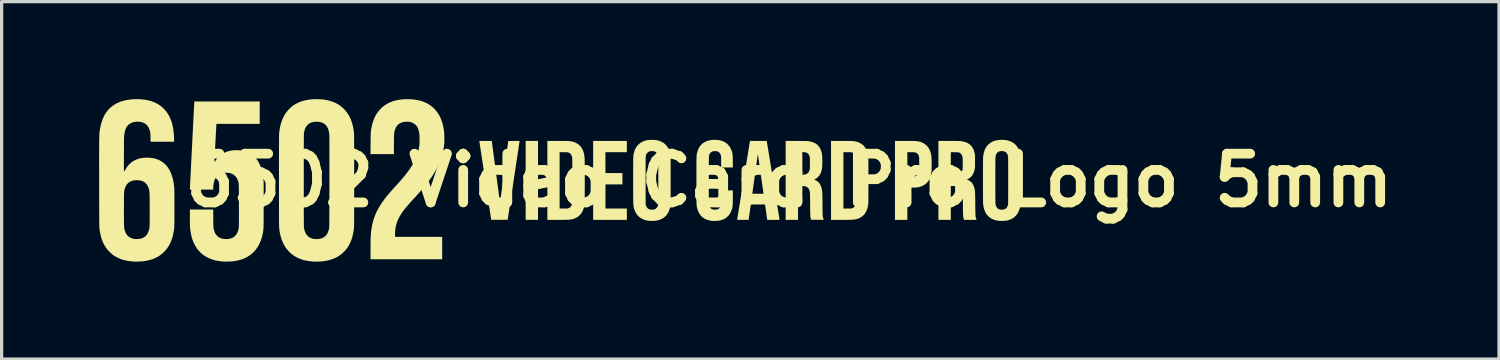
<source format=kicad_pcb>
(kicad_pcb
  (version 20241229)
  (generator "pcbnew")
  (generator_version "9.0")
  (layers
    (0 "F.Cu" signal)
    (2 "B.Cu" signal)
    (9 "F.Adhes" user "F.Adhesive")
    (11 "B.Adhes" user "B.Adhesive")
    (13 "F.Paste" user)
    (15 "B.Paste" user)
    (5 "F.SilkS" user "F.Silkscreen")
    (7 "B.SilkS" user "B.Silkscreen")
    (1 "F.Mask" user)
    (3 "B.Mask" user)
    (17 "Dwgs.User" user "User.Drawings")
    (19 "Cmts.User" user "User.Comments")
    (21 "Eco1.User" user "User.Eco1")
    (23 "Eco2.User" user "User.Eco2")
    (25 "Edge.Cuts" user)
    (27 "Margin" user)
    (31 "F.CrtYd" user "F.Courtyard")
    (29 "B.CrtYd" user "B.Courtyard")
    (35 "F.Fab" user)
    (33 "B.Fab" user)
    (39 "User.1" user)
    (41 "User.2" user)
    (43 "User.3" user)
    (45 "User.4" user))
  (footprint "6502 Video Card Pro Logo 5mm"
    (layer "F.Cu")
    (at 21.237 2.5)
    (property "Reference" "6502 Video Card Pro Logo 5mm" (at 0 0 0) (layer "F.SilkS") (effects (font (size 1.5 1.5) (thickness 0.3))))
    (attr board_only exclude_from_pos_files exclude_from_bom)
    (fp_poly (pts (xy -7.733 0) (xy -7.733 1.214) (xy -7.924 1.214) (xy -8.114 1.214) (xy -8.114 0) (xy -8.114 -1.214) (xy -7.924 -1.214) (xy -7.733 -1.214)) (stroke (width 0) (type solid)) (fill yes) (layer "F.SilkS"))
    (fp_poly (pts (xy -5 -1.041) (xy -5 -0.867) (xy -5.33 -0.867) (xy -5.66 -0.867) (xy -5.659 -0.547) (xy -5.658 -0.226) (xy -5.397 -0.225) (xy -5.136 -0.224) (xy -5.136 -0.051) (xy -5.136 0.123) (xy -5.396 0.123) (xy -5.451 0.123) (xy -5.499 0.123) (xy -5.539 0.123) (xy -5.572 0.123) (xy -5.599 0.124) (xy -5.62 0.124) (xy -5.636 0.125) (xy -5.647 0.126) (xy -5.654 0.127) (xy -5.657 0.128) (xy -5.657 0.128) (xy -5.657 0.133) (xy -5.657 0.146) (xy -5.658 0.166) (xy -5.658 0.192) (xy -5.658 0.225) (xy -5.658 0.263) (xy -5.658 0.305) (xy -5.658 0.352) (xy -5.658 0.402) (xy -5.658 0.456) (xy -5.658 0.499) (xy -5.658 0.865) (xy -5.329 0.866) (xy -5 0.867) (xy -5 1.041) (xy -5 1.214) (xy -5.519 1.214) (xy -6.037 1.214) (xy -6.037 0) (xy -6.037 -1.214) (xy -5.519 -1.214) (xy -5 -1.214)) (stroke (width 0) (type solid)) (fill yes) (layer "F.SilkS"))
    (fp_poly (pts (xy 3.622 -1.214) (xy 3.678 -1.214) (xy 3.728 -1.214) (xy 3.771 -1.213) (xy 3.809 -1.213) (xy 3.841 -1.212) (xy 3.869 -1.211) (xy 3.894 -1.21) (xy 3.915 -1.208) (xy 3.934 -1.206) (xy 3.951 -1.203) (xy 3.967 -1.2) (xy 3.983 -1.197) (xy 3.999 -1.193) (xy 4.009 -1.191) (xy 4.071 -1.171) (xy 4.127 -1.144) (xy 4.178 -1.111) (xy 4.224 -1.072) (xy 4.263 -1.028) (xy 4.297 -0.977) (xy 4.324 -0.921) (xy 4.326 -0.916) (xy 4.337 -0.884) (xy 4.347 -0.853) (xy 4.356 -0.82) (xy 4.363 -0.786) (xy 4.368 -0.749) (xy 4.372 -0.708) (xy 4.375 -0.662) (xy 4.377 -0.611) (xy 4.378 -0.553) (xy 4.378 -0.495) (xy 4.378 -0.43) (xy 4.377 -0.372) (xy 4.375 -0.32) (xy 4.371 -0.274) (xy 4.367 -0.233) (xy 4.361 -0.196) (xy 4.354 -0.161) (xy 4.345 -0.128) (xy 4.335 -0.096) (xy 4.329 -0.082) (xy 4.304 -0.025) (xy 4.271 0.027) (xy 4.233 0.073) (xy 4.188 0.114) (xy 4.138 0.148) (xy 4.083 0.176) (xy 4.025 0.196) (xy 4.003 0.203) (xy 3.982 0.208) (xy 3.963 0.212) (xy 3.943 0.215) (xy 3.922 0.218) (xy 3.898 0.219) (xy 3.87 0.221) (xy 3.836 0.222) (xy 3.797 0.223) (xy 3.773 0.223) (xy 3.63 0.225) (xy 3.63 0.72) (xy 3.63 1.214) (xy 3.439 1.214) (xy 3.249 1.214) (xy 3.249 0) (xy 3.249 -0.495) (xy 3.63 -0.495) (xy 3.63 -0.123) (xy 3.739 -0.123) (xy 3.778 -0.123) (xy 3.81 -0.124) (xy 3.835 -0.124) (xy 3.853 -0.126) (xy 3.866 -0.128) (xy 3.869 -0.128) (xy 3.903 -0.141) (xy 3.931 -0.158) (xy 3.954 -0.18) (xy 3.971 -0.209) (xy 3.984 -0.244) (xy 3.988 -0.261) (xy 3.99 -0.269) (xy 3.992 -0.279) (xy 3.993 -0.29) (xy 3.994 -0.304) (xy 3.994 -0.321) (xy 3.995 -0.342) (xy 3.995 -0.368) (xy 3.996 -0.4) (xy 3.996 -0.439) (xy 3.996 -0.485) (xy 3.996 -0.495) (xy 3.996 -0.543) (xy 3.996 -0.583) (xy 3.995 -0.616) (xy 3.995 -0.643) (xy 3.995 -0.665) (xy 3.994 -0.683) (xy 3.993 -0.697) (xy 3.992 -0.709) (xy 3.99 -0.719) (xy 3.989 -0.727) (xy 3.988 -0.729) (xy 3.977 -0.767) (xy 3.963 -0.797) (xy 3.943 -0.822) (xy 3.92 -0.84) (xy 3.911 -0.845) (xy 3.898 -0.851) (xy 3.885 -0.856) (xy 3.872 -0.86) (xy 3.858 -0.863) (xy 3.84 -0.865) (xy 3.818 -0.866) (xy 3.79 -0.867) (xy 3.756 -0.867) (xy 3.739 -0.867) (xy 3.63 -0.867) (xy 3.63 -0.495) (xy 3.249 -0.495) (xy 3.249 -1.214) (xy 3.557 -1.214)) (stroke (width 0) (type solid)) (fill yes) (layer "F.SilkS"))
    (fp_poly (pts (xy -8.302 -1.194) (xy -8.303 -1.188) (xy -8.305 -1.174) (xy -8.309 -1.153) (xy -8.313 -1.124) (xy -8.318 -1.088) (xy -8.325 -1.046) (xy -8.332 -0.997) (xy -8.34 -0.942) (xy -8.35 -0.881) (xy -8.36 -0.815) (xy -8.37 -0.745) (xy -8.382 -0.669) (xy -8.394 -0.589) (xy -8.406 -0.506) (xy -8.42 -0.418) (xy -8.433 -0.328) (xy -8.447 -0.234) (xy -8.462 -0.138) (xy -8.477 -0.04) (xy -8.486 0.019) (xy -8.666 1.212) (xy -8.919 1.213) (xy -9.172 1.214) (xy -9.174 1.205) (xy -9.175 1.2) (xy -9.177 1.187) (xy -9.18 1.166) (xy -9.184 1.138) (xy -9.189 1.103) (xy -9.196 1.061) (xy -9.203 1.013) (xy -9.211 0.959) (xy -9.22 0.899) (xy -9.23 0.834) (xy -9.241 0.764) (xy -9.252 0.689) (xy -9.264 0.61) (xy -9.277 0.527) (xy -9.29 0.44) (xy -9.304 0.35) (xy -9.318 0.257) (xy -9.332 0.161) (xy -9.347 0.063) (xy -9.356 0.004) (xy -9.371 -0.095) (xy -9.386 -0.193) (xy -9.4 -0.287) (xy -9.414 -0.379) (xy -9.427 -0.468) (xy -9.44 -0.554) (xy -9.453 -0.636) (xy -9.464 -0.713) (xy -9.475 -0.786) (xy -9.486 -0.855) (xy -9.495 -0.918) (xy -9.504 -0.976) (xy -9.512 -1.028) (xy -9.519 -1.073) (xy -9.525 -1.113) (xy -9.53 -1.145) (xy -9.534 -1.171) (xy -9.536 -1.188) (xy -9.538 -1.198) (xy -9.538 -1.2) (xy -9.541 -1.214) (xy -9.348 -1.214) (xy -9.308 -1.214) (xy -9.272 -1.214) (xy -9.238 -1.214) (xy -9.21 -1.213) (xy -9.186 -1.213) (xy -9.168 -1.212) (xy -9.158 -1.212) (xy -9.155 -1.211) (xy -9.154 -1.206) (xy -9.153 -1.193) (xy -9.15 -1.173) (xy -9.147 -1.145) (xy -9.142 -1.111) (xy -9.137 -1.071) (xy -9.131 -1.026) (xy -9.125 -0.975) (xy -9.117 -0.92) (xy -9.109 -0.86) (xy -9.101 -0.797) (xy -9.092 -0.73) (xy -9.083 -0.66) (xy -9.073 -0.588) (xy -9.064 -0.515) (xy -9.054 -0.439) (xy -9.044 -0.363) (xy -9.033 -0.286) (xy -9.023 -0.209) (xy -9.013 -0.133) (xy -9.003 -0.057) (xy -8.993 0.018) (xy -8.983 0.09) (xy -8.974 0.161) (xy -8.965 0.229) (xy -8.956 0.293) (xy -8.948 0.354) (xy -8.94 0.411) (xy -8.933 0.464) (xy -8.927 0.511) (xy -8.921 0.553) (xy -8.916 0.589) (xy -8.912 0.619) (xy -8.909 0.642) (xy -8.907 0.658) (xy -8.906 0.665) (xy -8.905 0.666) (xy -8.902 0.672) (xy -8.9 0.669) (xy -8.899 0.668) (xy -8.899 0.664) (xy -8.897 0.651) (xy -8.894 0.631) (xy -8.89 0.603) (xy -8.885 0.568) (xy -8.88 0.527) (xy -8.874 0.48) (xy -8.866 0.428) (xy -8.859 0.369) (xy -8.85 0.306) (xy -8.841 0.238) (xy -8.831 0.166) (xy -8.821 0.091) (xy -8.811 0.011) (xy -8.8 -0.071) (xy -8.789 -0.156) (xy -8.777 -0.244) (xy -8.773 -0.275) (xy -8.649 -1.212) (xy -8.474 -1.213) (xy -8.299 -1.214)) (stroke (width 0) (type solid)) (fill yes) (layer "F.SilkS"))
    (fp_poly (pts (xy 1.602 -1.214) (xy 1.666 -1.214) (xy 1.722 -1.214) (xy 1.771 -1.214) (xy 1.814 -1.214) (xy 1.85 -1.213) (xy 1.882 -1.212) (xy 1.909 -1.212) (xy 1.932 -1.211) (xy 1.953 -1.209) (xy 1.97 -1.208) (xy 1.986 -1.206) (xy 2.001 -1.204) (xy 2.016 -1.202) (xy 2.03 -1.199) (xy 2.031 -1.199) (xy 2.095 -1.182) (xy 2.154 -1.159) (xy 2.208 -1.13) (xy 2.257 -1.093) (xy 2.3 -1.051) (xy 2.337 -1.002) (xy 2.368 -0.95) (xy 2.385 -0.91) (xy 2.401 -0.864) (xy 2.413 -0.813) (xy 2.423 -0.761) (xy 2.428 -0.723) (xy 2.429 -0.713) (xy 2.429 -0.695) (xy 2.43 -0.67) (xy 2.43 -0.636) (xy 2.431 -0.596) (xy 2.431 -0.548) (xy 2.431 -0.494) (xy 2.432 -0.433) (xy 2.432 -0.366) (xy 2.432 -0.293) (xy 2.432 -0.214) (xy 2.432 -0.13) (xy 2.432 -0.041) (xy 2.432 0) (xy 2.432 0.091) (xy 2.432 0.177) (xy 2.432 0.258) (xy 2.432 0.334) (xy 2.432 0.404) (xy 2.431 0.467) (xy 2.431 0.525) (xy 2.431 0.575) (xy 2.43 0.619) (xy 2.43 0.656) (xy 2.43 0.685) (xy 2.429 0.706) (xy 2.428 0.72) (xy 2.428 0.723) (xy 2.417 0.797) (xy 2.4 0.866) (xy 2.377 0.928) (xy 2.348 0.984) (xy 2.314 1.035) (xy 2.274 1.079) (xy 2.228 1.117) (xy 2.176 1.149) (xy 2.119 1.174) (xy 2.057 1.193) (xy 2.029 1.199) (xy 2.014 1.202) (xy 1.999 1.204) (xy 1.984 1.206) (xy 1.969 1.208) (xy 1.951 1.209) (xy 1.932 1.211) (xy 1.909 1.212) (xy 1.883 1.213) (xy 1.852 1.213) (xy 1.817 1.214) (xy 1.776 1.214) (xy 1.728 1.214) (xy 1.674 1.214) (xy 1.611 1.214) (xy 1.602 1.214) (xy 1.282 1.214) (xy 1.282 0) (xy 1.663 0) (xy 1.663 0.867) (xy 1.781 0.867) (xy 1.816 0.867) (xy 1.845 0.867) (xy 1.867 0.867) (xy 1.884 0.866) (xy 1.898 0.865) (xy 1.908 0.863) (xy 1.917 0.861) (xy 1.924 0.859) (xy 1.959 0.845) (xy 1.987 0.827) (xy 2.01 0.804) (xy 2.027 0.775) (xy 2.04 0.739) (xy 2.045 0.718) (xy 2.046 0.713) (xy 2.047 0.707) (xy 2.047 0.699) (xy 2.048 0.69) (xy 2.049 0.678) (xy 2.049 0.664) (xy 2.05 0.647) (xy 2.05 0.626) (xy 2.05 0.601) (xy 2.051 0.572) (xy 2.051 0.539) (xy 2.051 0.5) (xy 2.051 0.456) (xy 2.052 0.407) (xy 2.052 0.351) (xy 2.052 0.288) (xy 2.052 0.218) (xy 2.052 0.141) (xy 2.052 0.056) (xy 2.052 0) (xy 2.052 -0.09) (xy 2.052 -0.172) (xy 2.052 -0.246) (xy 2.052 -0.313) (xy 2.052 -0.373) (xy 2.051 -0.427) (xy 2.051 -0.474) (xy 2.051 -0.516) (xy 2.051 -0.552) (xy 2.051 -0.584) (xy 2.05 -0.611) (xy 2.05 -0.634) (xy 2.049 -0.654) (xy 2.049 -0.67) (xy 2.048 -0.683) (xy 2.048 -0.694) (xy 2.047 -0.702) (xy 2.046 -0.709) (xy 2.045 -0.715) (xy 2.045 -0.718) (xy 2.034 -0.757) (xy 2.019 -0.79) (xy 1.999 -0.816) (xy 1.974 -0.837) (xy 1.943 -0.853) (xy 1.924 -0.859) (xy 1.916 -0.862) (xy 1.907 -0.864) (xy 1.896 -0.865) (xy 1.882 -0.866) (xy 1.864 -0.867) (xy 1.84 -0.867) (xy 1.811 -0.867) (xy 1.781 -0.867) (xy 1.663 -0.867) (xy 1.663 0) (xy 1.282 0) (xy 1.282 -1.214)) (stroke (width 0) (type solid)) (fill yes) (layer "F.SilkS"))
    (fp_poly (pts (xy -7.062 -1.214) (xy -7.005 -1.214) (xy -6.955 -1.214) (xy -6.911 -1.213) (xy -6.873 -1.213) (xy -6.841 -1.212) (xy -6.813 -1.211) (xy -6.788 -1.21) (xy -6.768 -1.209) (xy -6.749 -1.207) (xy -6.733 -1.205) (xy -6.718 -1.203) (xy -6.704 -1.2) (xy -6.691 -1.197) (xy -6.626 -1.179) (xy -6.567 -1.155) (xy -6.514 -1.124) (xy -6.466 -1.087) (xy -6.424 -1.044) (xy -6.389 -0.995) (xy -6.359 -0.94) (xy -6.335 -0.879) (xy -6.334 -0.876) (xy -6.32 -0.827) (xy -6.31 -0.775) (xy -6.303 -0.718) (xy -6.299 -0.672) (xy -6.299 -0.657) (xy -6.298 -0.634) (xy -6.298 -0.605) (xy -6.297 -0.568) (xy -6.297 -0.526) (xy -6.296 -0.478) (xy -6.296 -0.425) (xy -6.296 -0.369) (xy -6.296 -0.309) (xy -6.295 -0.246) (xy -6.295 -0.18) (xy -6.295 -0.113) (xy -6.295 -0.045) (xy -6.295 0.023) (xy -6.295 0.091) (xy -6.295 0.159) (xy -6.295 0.224) (xy -6.296 0.288) (xy -6.296 0.349) (xy -6.296 0.407) (xy -6.296 0.461) (xy -6.297 0.511) (xy -6.297 0.555) (xy -6.298 0.593) (xy -6.298 0.625) (xy -6.299 0.65) (xy -6.299 0.668) (xy -6.299 0.672) (xy -6.306 0.747) (xy -6.318 0.816) (xy -6.335 0.879) (xy -6.357 0.936) (xy -6.384 0.988) (xy -6.418 1.035) (xy -6.457 1.078) (xy -6.501 1.116) (xy -6.519 1.128) (xy -6.543 1.142) (xy -6.569 1.155) (xy -6.597 1.168) (xy -6.622 1.178) (xy -6.635 1.182) (xy -6.653 1.188) (xy -6.671 1.192) (xy -6.687 1.197) (xy -6.704 1.2) (xy -6.721 1.203) (xy -6.74 1.206) (xy -6.761 1.208) (xy -6.785 1.21) (xy -6.812 1.211) (xy -6.843 1.212) (xy -6.879 1.213) (xy -6.92 1.214) (xy -6.968 1.214) (xy -7.022 1.214) (xy -7.083 1.214) (xy -7.127 1.214) (xy -7.446 1.214) (xy -7.446 0) (xy -7.069 0) (xy -7.069 0.867) (xy -6.952 0.867) (xy -6.913 0.867) (xy -6.881 0.867) (xy -6.856 0.866) (xy -6.837 0.865) (xy -6.823 0.863) (xy -6.812 0.861) (xy -6.812 0.861) (xy -6.777 0.849) (xy -6.748 0.83) (xy -6.724 0.806) (xy -6.705 0.776) (xy -6.691 0.739) (xy -6.685 0.717) (xy -6.684 0.712) (xy -6.683 0.706) (xy -6.683 0.7) (xy -6.682 0.692) (xy -6.681 0.682) (xy -6.681 0.67) (xy -6.68 0.655) (xy -6.68 0.637) (xy -6.679 0.616) (xy -6.679 0.591) (xy -6.679 0.561) (xy -6.679 0.527) (xy -6.678 0.488) (xy -6.678 0.443) (xy -6.678 0.392) (xy -6.678 0.336) (xy -6.678 0.272) (xy -6.678 0.201) (xy -6.678 0.123) (xy -6.678 0.037) (xy -6.678 0) (xy -6.678 -0.089) (xy -6.678 -0.171) (xy -6.678 -0.244) (xy -6.678 -0.311) (xy -6.678 -0.37) (xy -6.678 -0.424) (xy -6.678 -0.471) (xy -6.678 -0.512) (xy -6.679 -0.548) (xy -6.679 -0.579) (xy -6.679 -0.606) (xy -6.68 -0.629) (xy -6.68 -0.648) (xy -6.68 -0.664) (xy -6.681 -0.678) (xy -6.682 -0.688) (xy -6.682 -0.697) (xy -6.683 -0.704) (xy -6.684 -0.71) (xy -6.685 -0.715) (xy -6.685 -0.717) (xy -6.697 -0.757) (xy -6.714 -0.791) (xy -6.735 -0.819) (xy -6.761 -0.84) (xy -6.793 -0.855) (xy -6.812 -0.861) (xy -6.822 -0.863) (xy -6.836 -0.865) (xy -6.855 -0.866) (xy -6.879 -0.867) (xy -6.911 -0.867) (xy -6.949 -0.867) (xy -6.952 -0.867) (xy -7.069 -0.867) (xy -7.069 0) (xy -7.446 0) (xy -7.446 -1.214) (xy -7.127 -1.214)) (stroke (width 0) (type solid)) (fill yes) (layer "F.SilkS"))
    (fp_poly (pts (xy -0.499 -0.007) (xy -0.483 0.093) (xy -0.467 0.19) (xy -0.452 0.286) (xy -0.437 0.378) (xy -0.422 0.467) (xy -0.408 0.553) (xy -0.395 0.636) (xy -0.382 0.713) (xy -0.37 0.787) (xy -0.359 0.856) (xy -0.348 0.919) (xy -0.339 0.978) (xy -0.33 1.03) (xy -0.323 1.076) (xy -0.316 1.116) (xy -0.311 1.149) (xy -0.307 1.175) (xy -0.304 1.193) (xy -0.302 1.204) (xy -0.301 1.207) (xy -0.301 1.209) (xy -0.303 1.21) (xy -0.306 1.211) (xy -0.312 1.212) (xy -0.322 1.213) (xy -0.336 1.213) (xy -0.355 1.214) (xy -0.379 1.214) (xy -0.41 1.214) (xy -0.448 1.214) (xy -0.49 1.214) (xy -0.681 1.214) (xy -0.683 1.2) (xy -0.684 1.194) (xy -0.686 1.181) (xy -0.689 1.161) (xy -0.693 1.136) (xy -0.697 1.107) (xy -0.702 1.074) (xy -0.707 1.038) (xy -0.712 1.001) (xy -0.717 0.963) (xy -0.723 0.925) (xy -0.728 0.888) (xy -0.733 0.854) (xy -0.738 0.822) (xy -0.741 0.794) (xy -0.745 0.772) (xy -0.747 0.755) (xy -0.748 0.744) (xy -0.749 0.742) (xy -0.753 0.741) (xy -0.765 0.741) (xy -0.783 0.741) (xy -0.808 0.741) (xy -0.838 0.741) (xy -0.873 0.74) (xy -0.911 0.74) (xy -0.952 0.74) (xy -0.966 0.74) (xy -1.015 0.74) (xy -1.056 0.74) (xy -1.089 0.741) (xy -1.117 0.741) (xy -1.138 0.741) (xy -1.155 0.742) (xy -1.167 0.742) (xy -1.175 0.743) (xy -1.181 0.744) (xy -1.184 0.745) (xy -1.186 0.747) (xy -1.186 0.748) (xy -1.187 0.753) (xy -1.189 0.766) (xy -1.192 0.786) (xy -1.196 0.812) (xy -1.201 0.843) (xy -1.206 0.879) (xy -1.212 0.918) (xy -1.218 0.96) (xy -1.221 0.985) (xy -1.254 1.214) (xy -1.431 1.214) (xy -1.475 1.214) (xy -1.511 1.214) (xy -1.539 1.214) (xy -1.562 1.214) (xy -1.579 1.213) (xy -1.591 1.213) (xy -1.599 1.212) (xy -1.604 1.211) (xy -1.606 1.209) (xy -1.607 1.208) (xy -1.607 1.207) (xy -1.606 1.202) (xy -1.604 1.189) (xy -1.6 1.169) (xy -1.596 1.141) (xy -1.59 1.106) (xy -1.583 1.065) (xy -1.575 1.017) (xy -1.567 0.963) (xy -1.557 0.903) (xy -1.546 0.838) (xy -1.535 0.768) (xy -1.523 0.694) (xy -1.51 0.614) (xy -1.496 0.531) (xy -1.482 0.444) (xy -1.476 0.41) (xy -1.138 0.41) (xy -0.966 0.41) (xy -0.794 0.41) (xy -0.797 0.397) (xy -0.798 0.391) (xy -0.8 0.377) (xy -0.803 0.356) (xy -0.807 0.328) (xy -0.812 0.294) (xy -0.817 0.253) (xy -0.824 0.208) (xy -0.831 0.157) (xy -0.839 0.102) (xy -0.847 0.043) (xy -0.856 -0.02) (xy -0.866 -0.086) (xy -0.875 -0.154) (xy -0.882 -0.203) (xy -0.892 -0.272) (xy -0.902 -0.339) (xy -0.911 -0.404) (xy -0.919 -0.465) (xy -0.928 -0.522) (xy -0.935 -0.575) (xy -0.942 -0.623) (xy -0.948 -0.667) (xy -0.954 -0.704) (xy -0.958 -0.736) (xy -0.962 -0.76) (xy -0.965 -0.778) (xy -0.966 -0.788) (xy -0.967 -0.791) (xy -0.971 -0.79) (xy -0.972 -0.79) (xy -0.972 -0.785) (xy -0.974 -0.773) (xy -0.977 -0.754) (xy -0.981 -0.728) (xy -0.986 -0.696) (xy -0.991 -0.658) (xy -0.997 -0.615) (xy -1.004 -0.568) (xy -1.011 -0.518) (xy -1.019 -0.464) (xy -1.027 -0.407) (xy -1.035 -0.349) (xy -1.043 -0.289) (xy -1.052 -0.228) (xy -1.06 -0.167) (xy -1.069 -0.106) (xy -1.077 -0.046) (xy -1.085 0.013) (xy -1.093 0.07) (xy -1.101 0.124) (xy -1.108 0.175) (xy -1.114 0.222) (xy -1.12 0.265) (xy -1.125 0.304) (xy -1.13 0.336) (xy -1.133 0.363) (xy -1.136 0.383) (xy -1.137 0.396) (xy -1.138 0.401) (xy -1.138 0.41) (xy -1.476 0.41) (xy -1.467 0.354) (xy -1.452 0.261) (xy -1.436 0.165) (xy -1.42 0.067) (xy -1.408 -0.007) (xy -1.212 -1.214) (xy -0.954 -1.214) (xy -0.696 -1.214)) (stroke (width 0) (type solid)) (fill yes) (layer "F.SilkS"))
    (fp_poly (pts (xy -11.651 -2.497) (xy -11.555 -2.488) (xy -11.513 -2.483) (xy -11.416 -2.465) (xy -11.325 -2.442) (xy -11.238 -2.411) (xy -11.157 -2.375) (xy -11.082 -2.332) (xy -11.012 -2.283) (xy -10.948 -2.227) (xy -10.932 -2.212) (xy -10.875 -2.149) (xy -10.823 -2.082) (xy -10.778 -2.01) (xy -10.738 -1.934) (xy -10.704 -1.851) (xy -10.675 -1.763) (xy -10.651 -1.669) (xy -10.633 -1.568) (xy -10.625 -1.51) (xy -10.622 -1.484) (xy -10.62 -1.45) (xy -10.618 -1.411) (xy -10.617 -1.369) (xy -10.615 -1.325) (xy -10.615 -1.281) (xy -10.615 -1.238) (xy -10.615 -1.199) (xy -10.616 -1.164) (xy -10.618 -1.135) (xy -10.618 -1.132) (xy -10.632 -1.017) (xy -10.651 -0.904) (xy -10.678 -0.792) (xy -10.712 -0.681) (xy -10.753 -0.571) (xy -10.801 -0.461) (xy -10.856 -0.35) (xy -10.92 -0.239) (xy -10.991 -0.127) (xy -11.071 -0.013) (xy -11.071 -0.013) (xy -11.114 0.045) (xy -11.158 0.103) (xy -11.203 0.161) (xy -11.252 0.22) (xy -11.304 0.281) (xy -11.359 0.345) (xy -11.419 0.413) (xy -11.484 0.485) (xy -11.537 0.542) (xy -11.596 0.606) (xy -11.65 0.666) (xy -11.699 0.72) (xy -11.743 0.771) (xy -11.783 0.818) (xy -11.819 0.862) (xy -11.852 0.904) (xy -11.882 0.943) (xy -11.91 0.982) (xy -11.936 1.02) (xy -11.96 1.058) (xy -11.964 1.064) (xy -12.012 1.148) (xy -12.052 1.233) (xy -12.084 1.321) (xy -12.108 1.411) (xy -12.124 1.503) (xy -12.132 1.599) (xy -12.132 1.684) (xy -12.131 1.737) (xy -11.407 1.738) (xy -10.682 1.739) (xy -10.682 2.084) (xy -10.682 2.428) (xy -11.784 2.428) (xy -12.886 2.428) (xy -12.886 2.106) (xy -12.886 2.037) (xy -12.886 1.977) (xy -12.886 1.924) (xy -12.885 1.877) (xy -12.885 1.836) (xy -12.884 1.801) (xy -12.883 1.77) (xy -12.882 1.743) (xy -12.881 1.72) (xy -12.88 1.7) (xy -12.88 1.699) (xy -12.869 1.581) (xy -12.854 1.469) (xy -12.834 1.362) (xy -12.809 1.26) (xy -12.779 1.161) (xy -12.743 1.065) (xy -12.701 0.97) (xy -12.653 0.876) (xy -12.598 0.782) (xy -12.536 0.687) (xy -12.467 0.59) (xy -12.443 0.558) (xy -12.41 0.516) (xy -12.377 0.474) (xy -12.342 0.432) (xy -12.305 0.389) (xy -12.265 0.343) (xy -12.221 0.293) (xy -12.173 0.24) (xy -12.127 0.19) (xy -12.04 0.095) (xy -11.96 0.005) (xy -11.886 -0.081) (xy -11.819 -0.164) (xy -11.757 -0.244) (xy -11.701 -0.32) (xy -11.65 -0.394) (xy -11.604 -0.466) (xy -11.563 -0.537) (xy -11.527 -0.606) (xy -11.495 -0.675) (xy -11.468 -0.743) (xy -11.444 -0.812) (xy -11.424 -0.881) (xy -11.407 -0.951) (xy -11.393 -1.022) (xy -11.386 -1.07) (xy -11.383 -1.096) (xy -11.381 -1.129) (xy -11.379 -1.166) (xy -11.378 -1.207) (xy -11.378 -1.25) (xy -11.378 -1.292) (xy -11.379 -1.333) (xy -11.38 -1.371) (xy -11.382 -1.404) (xy -11.385 -1.43) (xy -11.386 -1.435) (xy -11.397 -1.499) (xy -11.412 -1.556) (xy -11.429 -1.605) (xy -11.45 -1.646) (xy -11.459 -1.661) (xy -11.492 -1.701) (xy -11.529 -1.735) (xy -11.573 -1.762) (xy -11.621 -1.783) (xy -11.673 -1.797) (xy -11.731 -1.805) (xy -11.793 -1.805) (xy -11.797 -1.805) (xy -11.858 -1.798) (xy -11.913 -1.786) (xy -11.963 -1.766) (xy -12.007 -1.741) (xy -12.046 -1.709) (xy -12.079 -1.67) (xy -12.107 -1.625) (xy -12.129 -1.574) (xy -12.136 -1.555) (xy -12.142 -1.537) (xy -12.147 -1.518) (xy -12.151 -1.499) (xy -12.155 -1.479) (xy -12.158 -1.456) (xy -12.16 -1.431) (xy -12.162 -1.403) (xy -12.164 -1.37) (xy -12.165 -1.333) (xy -12.166 -1.29) (xy -12.167 -1.241) (xy -12.167 -1.185) (xy -12.167 -1.122) (xy -12.167 -1.091) (xy -12.167 -0.808) (xy -12.527 -0.808) (xy -12.887 -0.808) (xy -12.885 -1.126) (xy -12.885 -1.188) (xy -12.884 -1.243) (xy -12.884 -1.29) (xy -12.883 -1.33) (xy -12.883 -1.365) (xy -12.882 -1.395) (xy -12.882 -1.42) (xy -12.881 -1.441) (xy -12.88 -1.46) (xy -12.879 -1.475) (xy -12.878 -1.489) (xy -12.876 -1.502) (xy -12.876 -1.504) (xy -12.861 -1.607) (xy -12.84 -1.704) (xy -12.815 -1.795) (xy -12.785 -1.879) (xy -12.75 -1.958) (xy -12.71 -2.031) (xy -12.664 -2.1) (xy -12.612 -2.164) (xy -12.554 -2.225) (xy -12.554 -2.225) (xy -12.49 -2.281) (xy -12.42 -2.33) (xy -12.345 -2.373) (xy -12.264 -2.41) (xy -12.178 -2.441) (xy -12.116 -2.458) (xy -12.03 -2.476) (xy -11.939 -2.489) (xy -11.845 -2.497) (xy -11.748 -2.499)) (stroke (width 0) (type solid)) (fill yes) (layer "F.SilkS"))
    (fp_poly (pts (xy 0.225 -1.213) (xy 0.287 -1.213) (xy 0.341 -1.212) (xy 0.388 -1.212) (xy 0.428 -1.212) (xy 0.462 -1.211) (xy 0.491 -1.211) (xy 0.516 -1.21) (xy 0.536 -1.21) (xy 0.552 -1.209) (xy 0.566 -1.208) (xy 0.578 -1.207) (xy 0.588 -1.206) (xy 0.597 -1.205) (xy 0.605 -1.203) (xy 0.611 -1.202) (xy 0.677 -1.187) (xy 0.735 -1.169) (xy 0.786 -1.146) (xy 0.831 -1.118) (xy 0.871 -1.086) (xy 0.905 -1.048) (xy 0.934 -1.006) (xy 0.947 -0.982) (xy 0.964 -0.947) (xy 0.977 -0.912) (xy 0.989 -0.875) (xy 0.998 -0.836) (xy 1.005 -0.793) (xy 1.01 -0.746) (xy 1.013 -0.694) (xy 1.015 -0.635) (xy 1.015 -0.57) (xy 1.014 -0.539) (xy 1.013 -0.488) (xy 1.011 -0.444) (xy 1.009 -0.408) (xy 1.006 -0.38) (xy 1.005 -0.369) (xy 0.991 -0.305) (xy 0.973 -0.246) (xy 0.948 -0.193) (xy 0.918 -0.146) (xy 0.887 -0.108) (xy 0.868 -0.091) (xy 0.844 -0.072) (xy 0.818 -0.055) (xy 0.793 -0.041) (xy 0.784 -0.036) (xy 0.773 -0.031) (xy 0.767 -0.026) (xy 0.767 -0.025) (xy 0.771 -0.021) (xy 0.781 -0.016) (xy 0.795 -0.009) (xy 0.802 -0.006) (xy 0.845 0.016) (xy 0.883 0.044) (xy 0.915 0.077) (xy 0.943 0.116) (xy 0.965 0.162) (xy 0.975 0.188) (xy 0.984 0.214) (xy 0.991 0.24) (xy 0.997 0.268) (xy 1.003 0.3) (xy 1.009 0.338) (xy 1.009 0.343) (xy 1.011 0.354) (xy 1.012 0.367) (xy 1.013 0.382) (xy 1.014 0.4) (xy 1.015 0.421) (xy 1.015 0.447) (xy 1.016 0.477) (xy 1.017 0.513) (xy 1.017 0.554) (xy 1.018 0.602) (xy 1.019 0.657) (xy 1.019 0.719) (xy 1.02 0.742) (xy 1.02 0.806) (xy 1.021 0.861) (xy 1.021 0.91) (xy 1.022 0.951) (xy 1.022 0.987) (xy 1.023 1.016) (xy 1.024 1.041) (xy 1.024 1.062) (xy 1.025 1.078) (xy 1.026 1.092) (xy 1.027 1.102) (xy 1.028 1.111) (xy 1.029 1.118) (xy 1.03 1.121) (xy 1.038 1.153) (xy 1.048 1.185) (xy 1.056 1.207) (xy 1.056 1.209) (xy 1.055 1.21) (xy 1.052 1.211) (xy 1.046 1.212) (xy 1.037 1.213) (xy 1.023 1.213) (xy 1.005 1.213) (xy 0.981 1.214) (xy 0.951 1.214) (xy 0.914 1.213) (xy 0.869 1.213) (xy 0.865 1.213) (xy 0.671 1.212) (xy 0.665 1.193) (xy 0.661 1.18) (xy 0.658 1.168) (xy 0.655 1.157) (xy 0.652 1.146) (xy 0.65 1.135) (xy 0.648 1.122) (xy 0.646 1.108) (xy 0.645 1.092) (xy 0.644 1.073) (xy 0.643 1.05) (xy 0.642 1.023) (xy 0.641 0.991) (xy 0.641 0.954) (xy 0.64 0.911) (xy 0.64 0.861) (xy 0.639 0.804) (xy 0.639 0.747) (xy 0.638 0.682) (xy 0.638 0.625) (xy 0.637 0.576) (xy 0.637 0.533) (xy 0.636 0.496) (xy 0.636 0.465) (xy 0.635 0.439) (xy 0.634 0.417) (xy 0.633 0.4) (xy 0.633 0.385) (xy 0.632 0.374) (xy 0.63 0.364) (xy 0.629 0.356) (xy 0.629 0.354) (xy 0.618 0.311) (xy 0.605 0.275) (xy 0.587 0.245) (xy 0.564 0.221) (xy 0.537 0.202) (xy 0.503 0.187) (xy 0.49 0.183) (xy 0.478 0.181) (xy 0.462 0.179) (xy 0.441 0.177) (xy 0.412 0.176) (xy 0.377 0.175) (xy 0.367 0.175) (xy 0.267 0.173) (xy 0.267 0.693) (xy 0.267 1.214) (xy 0.076 1.214) (xy -0.114 1.214) (xy -0.114 -0.000231) (xy -0.114 -0.52) (xy 0.267 -0.52) (xy 0.267 -0.172) (xy 0.367 -0.175) (xy 0.406 -0.176) (xy 0.437 -0.177) (xy 0.46 -0.179) (xy 0.478 -0.181) (xy 0.489 -0.183) (xy 0.515 -0.192) (xy 0.54 -0.205) (xy 0.562 -0.219) (xy 0.578 -0.234) (xy 0.578 -0.234) (xy 0.596 -0.259) (xy 0.611 -0.29) (xy 0.623 -0.325) (xy 0.625 -0.334) (xy 0.627 -0.343) (xy 0.629 -0.354) (xy 0.63 -0.366) (xy 0.631 -0.381) (xy 0.632 -0.399) (xy 0.632 -0.423) (xy 0.632 -0.452) (xy 0.632 -0.487) (xy 0.632 -0.525) (xy 0.632 -0.567) (xy 0.632 -0.602) (xy 0.632 -0.63) (xy 0.631 -0.653) (xy 0.631 -0.671) (xy 0.63 -0.686) (xy 0.628 -0.699) (xy 0.627 -0.71) (xy 0.625 -0.719) (xy 0.613 -0.759) (xy 0.598 -0.793) (xy 0.578 -0.819) (xy 0.553 -0.839) (xy 0.546 -0.844) (xy 0.533 -0.85) (xy 0.52 -0.856) (xy 0.507 -0.86) (xy 0.492 -0.863) (xy 0.474 -0.865) (xy 0.451 -0.866) (xy 0.423 -0.867) (xy 0.389 -0.867) (xy 0.373 -0.867) (xy 0.267 -0.867) (xy 0.267 -0.52) (xy -0.114 -0.52) (xy -0.114 -1.215)) (stroke (width 0) (type solid)) (fill yes) (layer "F.SilkS"))
    (fp_poly (pts (xy 6.615 -1.245) (xy 6.687 -1.235) (xy 6.754 -1.218) (xy 6.815 -1.195) (xy 6.872 -1.166) (xy 6.922 -1.13) (xy 6.967 -1.089) (xy 7.006 -1.041) (xy 7.039 -0.986) (xy 7.067 -0.926) (xy 7.088 -0.86) (xy 7.103 -0.788) (xy 7.111 -0.721) (xy 7.112 -0.71) (xy 7.112 -0.691) (xy 7.113 -0.665) (xy 7.113 -0.632) (xy 7.114 -0.593) (xy 7.114 -0.548) (xy 7.114 -0.498) (xy 7.115 -0.444) (xy 7.115 -0.385) (xy 7.115 -0.324) (xy 7.115 -0.26) (xy 7.116 -0.193) (xy 7.116 -0.125) (xy 7.116 -0.056) (xy 7.116 0.014) (xy 7.116 0.083) (xy 7.116 0.152) (xy 7.115 0.219) (xy 7.115 0.285) (xy 7.115 0.348) (xy 7.115 0.408) (xy 7.115 0.465) (xy 7.114 0.518) (xy 7.114 0.566) (xy 7.114 0.609) (xy 7.113 0.645) (xy 7.113 0.676) (xy 7.112 0.7) (xy 7.112 0.715) (xy 7.111 0.721) (xy 7.102 0.798) (xy 7.086 0.868) (xy 7.064 0.933) (xy 7.036 0.992) (xy 7.002 1.046) (xy 6.962 1.093) (xy 6.92 1.132) (xy 6.872 1.166) (xy 6.82 1.194) (xy 6.764 1.216) (xy 6.703 1.232) (xy 6.646 1.242) (xy 6.618 1.245) (xy 6.583 1.246) (xy 6.546 1.247) (xy 6.507 1.247) (xy 6.471 1.246) (xy 6.439 1.243) (xy 6.422 1.242) (xy 6.352 1.228) (xy 6.288 1.208) (xy 6.229 1.182) (xy 6.176 1.15) (xy 6.128 1.111) (xy 6.086 1.066) (xy 6.05 1.015) (xy 6.02 0.958) (xy 5.996 0.895) (xy 5.977 0.827) (xy 5.965 0.752) (xy 5.961 0.712) (xy 5.96 0.699) (xy 5.96 0.678) (xy 5.959 0.649) (xy 5.959 0.612) (xy 5.958 0.567) (xy 5.958 0.516) (xy 5.958 0.457) (xy 5.957 0.391) (xy 5.957 0.319) (xy 5.957 0.24) (xy 5.957 0.155) (xy 5.957 0.064) (xy 5.957 0) (xy 6.337 0) (xy 6.337 0.104) (xy 6.337 0.2) (xy 6.338 0.288) (xy 6.338 0.367) (xy 6.338 0.438) (xy 6.338 0.501) (xy 6.339 0.556) (xy 6.339 0.602) (xy 6.34 0.641) (xy 6.34 0.671) (xy 6.341 0.694) (xy 6.341 0.709) (xy 6.342 0.714) (xy 6.35 0.761) (xy 6.363 0.801) (xy 6.382 0.834) (xy 6.405 0.861) (xy 6.434 0.881) (xy 6.468 0.894) (xy 6.504 0.901) (xy 6.549 0.902) (xy 6.589 0.898) (xy 6.604 0.894) (xy 6.637 0.881) (xy 6.665 0.862) (xy 6.689 0.837) (xy 6.708 0.805) (xy 6.722 0.766) (xy 6.726 0.754) (xy 6.727 0.75) (xy 6.727 0.745) (xy 6.728 0.739) (xy 6.729 0.731) (xy 6.729 0.721) (xy 6.73 0.709) (xy 6.731 0.695) (xy 6.731 0.677) (xy 6.731 0.655) (xy 6.732 0.63) (xy 6.732 0.601) (xy 6.732 0.566) (xy 6.732 0.527) (xy 6.732 0.482) (xy 6.733 0.432) (xy 6.733 0.375) (xy 6.733 0.312) (xy 6.733 0.241) (xy 6.733 0.164) (xy 6.733 0.078) (xy 6.733 0) (xy 6.733 -0.092) (xy 6.733 -0.177) (xy 6.733 -0.253) (xy 6.733 -0.322) (xy 6.733 -0.385) (xy 6.733 -0.44) (xy 6.732 -0.49) (xy 6.732 -0.534) (xy 6.732 -0.572) (xy 6.732 -0.606) (xy 6.732 -0.635) (xy 6.731 -0.659) (xy 6.731 -0.68) (xy 6.73 -0.697) (xy 6.73 -0.712) (xy 6.729 -0.723) (xy 6.729 -0.732) (xy 6.728 -0.74) (xy 6.727 -0.746) (xy 6.726 -0.75) (xy 6.726 -0.754) (xy 6.712 -0.795) (xy 6.694 -0.829) (xy 6.672 -0.857) (xy 6.645 -0.877) (xy 6.612 -0.891) (xy 6.574 -0.899) (xy 6.536 -0.902) (xy 6.493 -0.899) (xy 6.455 -0.89) (xy 6.423 -0.874) (xy 6.396 -0.852) (xy 6.375 -0.824) (xy 6.358 -0.789) (xy 6.347 -0.747) (xy 6.342 -0.714) (xy 6.341 -0.704) (xy 6.341 -0.685) (xy 6.34 -0.659) (xy 6.339 -0.625) (xy 6.339 -0.583) (xy 6.339 -0.533) (xy 6.338 -0.474) (xy 6.338 -0.408) (xy 6.338 -0.333) (xy 6.337 -0.251) (xy 6.337 -0.159) (xy 6.337 -0.06) (xy 6.337 0) (xy 5.957 0) (xy 5.957 -0.095) (xy 5.957 -0.184) (xy 5.957 -0.267) (xy 5.957 -0.343) (xy 5.957 -0.413) (xy 5.958 -0.477) (xy 5.958 -0.533) (xy 5.958 -0.583) (xy 5.959 -0.625) (xy 5.959 -0.659) (xy 5.96 -0.686) (xy 5.961 -0.704) (xy 5.961 -0.712) (xy 5.97 -0.789) (xy 5.985 -0.86) (xy 6.006 -0.925) (xy 6.032 -0.985) (xy 6.065 -1.038) (xy 6.103 -1.086) (xy 6.112 -1.095) (xy 6.157 -1.136) (xy 6.207 -1.17) (xy 6.261 -1.198) (xy 6.32 -1.219) (xy 6.384 -1.235) (xy 6.453 -1.244) (xy 6.529 -1.248) (xy 6.537 -1.248)) (stroke (width 0) (type solid)) (fill yes) (layer "F.SilkS"))
    (fp_poly (pts (xy 4.966 -1.214) (xy 5.024 -1.214) (xy 5.075 -1.214) (xy 5.12 -1.213) (xy 5.158 -1.213) (xy 5.192 -1.212) (xy 5.221 -1.211) (xy 5.246 -1.209) (xy 5.269 -1.208) (xy 5.289 -1.206) (xy 5.307 -1.203) (xy 5.323 -1.2) (xy 5.34 -1.197) (xy 5.357 -1.193) (xy 5.367 -1.191) (xy 5.428 -1.172) (xy 5.482 -1.149) (xy 5.531 -1.12) (xy 5.573 -1.085) (xy 5.61 -1.045) (xy 5.641 -0.998) (xy 5.667 -0.945) (xy 5.687 -0.886) (xy 5.703 -0.819) (xy 5.704 -0.817) (xy 5.706 -0.805) (xy 5.708 -0.793) (xy 5.71 -0.781) (xy 5.711 -0.768) (xy 5.712 -0.753) (xy 5.712 -0.735) (xy 5.713 -0.713) (xy 5.713 -0.686) (xy 5.713 -0.652) (xy 5.713 -0.612) (xy 5.713 -0.584) (xy 5.713 -0.538) (xy 5.713 -0.5) (xy 5.713 -0.468) (xy 5.712 -0.442) (xy 5.712 -0.421) (xy 5.711 -0.404) (xy 5.71 -0.389) (xy 5.709 -0.377) (xy 5.707 -0.365) (xy 5.705 -0.357) (xy 5.69 -0.293) (xy 5.67 -0.235) (xy 5.645 -0.184) (xy 5.616 -0.139) (xy 5.581 -0.101) (xy 5.581 -0.1) (xy 5.562 -0.085) (xy 5.54 -0.068) (xy 5.517 -0.053) (xy 5.495 -0.041) (xy 5.483 -0.036) (xy 5.473 -0.031) (xy 5.467 -0.026) (xy 5.467 -0.024) (xy 5.471 -0.021) (xy 5.481 -0.016) (xy 5.495 -0.01) (xy 5.498 -0.009) (xy 5.542 0.013) (xy 5.582 0.041) (xy 5.616 0.075) (xy 5.635 0.099) (xy 5.649 0.124) (xy 5.664 0.154) (xy 5.677 0.188) (xy 5.689 0.224) (xy 5.692 0.236) (xy 5.696 0.252) (xy 5.7 0.267) (xy 5.703 0.282) (xy 5.706 0.297) (xy 5.708 0.314) (xy 5.71 0.331) (xy 5.712 0.351) (xy 5.713 0.374) (xy 5.715 0.401) (xy 5.716 0.431) (xy 5.716 0.467) (xy 5.717 0.507) (xy 5.718 0.554) (xy 5.719 0.608) (xy 5.719 0.669) (xy 5.72 0.717) (xy 5.72 0.784) (xy 5.721 0.843) (xy 5.722 0.895) (xy 5.722 0.94) (xy 5.723 0.979) (xy 5.724 1.013) (xy 5.725 1.042) (xy 5.727 1.067) (xy 5.728 1.088) (xy 5.73 1.106) (xy 5.733 1.122) (xy 5.735 1.136) (xy 5.739 1.149) (xy 5.742 1.161) (xy 5.746 1.174) (xy 5.751 1.186) (xy 5.761 1.214) (xy 5.567 1.214) (xy 5.374 1.214) (xy 5.364 1.182) (xy 5.361 1.169) (xy 5.357 1.157) (xy 5.355 1.145) (xy 5.352 1.133) (xy 5.35 1.12) (xy 5.348 1.105) (xy 5.347 1.087) (xy 5.345 1.067) (xy 5.344 1.043) (xy 5.343 1.015) (xy 5.342 0.982) (xy 5.342 0.944) (xy 5.341 0.9) (xy 5.34 0.849) (xy 5.34 0.791) (xy 5.339 0.725) (xy 5.339 0.723) (xy 5.338 0.659) (xy 5.338 0.602) (xy 5.337 0.552) (xy 5.337 0.509) (xy 5.336 0.472) (xy 5.335 0.441) (xy 5.335 0.415) (xy 5.334 0.392) (xy 5.332 0.374) (xy 5.331 0.358) (xy 5.329 0.345) (xy 5.327 0.334) (xy 5.325 0.324) (xy 5.322 0.314) (xy 5.319 0.305) (xy 5.315 0.295) (xy 5.313 0.29) (xy 5.303 0.269) (xy 5.289 0.247) (xy 5.274 0.227) (xy 5.265 0.219) (xy 5.25 0.209) (xy 5.23 0.198) (xy 5.206 0.189) (xy 5.182 0.182) (xy 5.171 0.18) (xy 5.152 0.177) (xy 5.125 0.175) (xy 5.093 0.174) (xy 5.056 0.174) (xy 5.052 0.174) (xy 4.967 0.173) (xy 4.967 0.694) (xy 4.967 1.214) (xy 4.776 1.214) (xy 4.586 1.214) (xy 4.586 0) (xy 4.586 -0.52) (xy 4.967 -0.52) (xy 4.967 -0.172) (xy 5.069 -0.174) (xy 5.103 -0.175) (xy 5.129 -0.176) (xy 5.149 -0.177) (xy 5.165 -0.178) (xy 5.178 -0.18) (xy 5.188 -0.182) (xy 5.198 -0.185) (xy 5.198 -0.185) (xy 5.235 -0.201) (xy 5.266 -0.222) (xy 5.291 -0.249) (xy 5.309 -0.281) (xy 5.316 -0.295) (xy 5.321 -0.308) (xy 5.325 -0.323) (xy 5.328 -0.339) (xy 5.33 -0.357) (xy 5.332 -0.38) (xy 5.333 -0.406) (xy 5.334 -0.438) (xy 5.335 -0.477) (xy 5.335 -0.523) (xy 5.335 -0.525) (xy 5.335 -0.567) (xy 5.334 -0.601) (xy 5.334 -0.629) (xy 5.333 -0.652) (xy 5.333 -0.67) (xy 5.332 -0.685) (xy 5.33 -0.697) (xy 5.328 -0.709) (xy 5.327 -0.717) (xy 5.315 -0.759) (xy 5.298 -0.794) (xy 5.276 -0.822) (xy 5.248 -0.844) (xy 5.226 -0.855) (xy 5.218 -0.858) (xy 5.21 -0.86) (xy 5.202 -0.862) (xy 5.191 -0.863) (xy 5.177 -0.864) (xy 5.158 -0.865) (xy 5.134 -0.866) (xy 5.103 -0.866) (xy 5.084 -0.866) (xy 4.967 -0.868) (xy 4.967 -0.52) (xy 4.586 -0.52) (xy 4.586 -1.214) (xy 4.9 -1.214)) (stroke (width 0) (type solid)) (fill yes) (layer "F.SilkS"))
    (fp_poly (pts (xy -2.259 -1.247) (xy -2.221 -1.245) (xy -2.19 -1.242) (xy -2.121 -1.229) (xy -2.058 -1.209) (xy -2 -1.183) (xy -1.947 -1.151) (xy -1.901 -1.112) (xy -1.86 -1.067) (xy -1.824 -1.016) (xy -1.795 -0.959) (xy -1.775 -0.908) (xy -1.768 -0.886) (xy -1.761 -0.865) (xy -1.756 -0.845) (xy -1.752 -0.825) (xy -1.749 -0.804) (xy -1.746 -0.781) (xy -1.744 -0.755) (xy -1.742 -0.725) (xy -1.741 -0.689) (xy -1.741 -0.648) (xy -1.74 -0.599) (xy -1.74 -0.583) (xy -1.738 -0.398) (xy -1.918 -0.398) (xy -2.098 -0.398) (xy -2.099 -0.574) (xy -2.1 -0.618) (xy -2.1 -0.654) (xy -2.1 -0.683) (xy -2.101 -0.706) (xy -2.102 -0.725) (xy -2.102 -0.739) (xy -2.104 -0.751) (xy -2.105 -0.759) (xy -2.107 -0.767) (xy -2.109 -0.774) (xy -2.11 -0.778) (xy -2.126 -0.816) (xy -2.146 -0.846) (xy -2.171 -0.87) (xy -2.201 -0.887) (xy -2.236 -0.897) (xy -2.277 -0.902) (xy -2.285 -0.902) (xy -2.329 -0.899) (xy -2.366 -0.89) (xy -2.398 -0.875) (xy -2.424 -0.855) (xy -2.445 -0.827) (xy -2.455 -0.809) (xy -2.458 -0.802) (xy -2.46 -0.796) (xy -2.463 -0.79) (xy -2.465 -0.783) (xy -2.467 -0.776) (xy -2.469 -0.768) (xy -2.471 -0.759) (xy -2.472 -0.747) (xy -2.473 -0.733) (xy -2.475 -0.717) (xy -2.476 -0.697) (xy -2.476 -0.675) (xy -2.477 -0.648) (xy -2.478 -0.617) (xy -2.478 -0.581) (xy -2.478 -0.541) (xy -2.479 -0.495) (xy -2.479 -0.443) (xy -2.479 -0.386) (xy -2.479 -0.321) (xy -2.479 -0.25) (xy -2.479 -0.171) (xy -2.479 -0.085) (xy -2.479 0.003) (xy -2.479 0.096) (xy -2.479 0.182) (xy -2.479 0.26) (xy -2.479 0.33) (xy -2.479 0.394) (xy -2.479 0.451) (xy -2.479 0.502) (xy -2.478 0.548) (xy -2.478 0.588) (xy -2.478 0.623) (xy -2.477 0.653) (xy -2.476 0.679) (xy -2.476 0.702) (xy -2.475 0.721) (xy -2.473 0.737) (xy -2.472 0.75) (xy -2.471 0.761) (xy -2.469 0.771) (xy -2.467 0.779) (xy -2.465 0.786) (xy -2.463 0.792) (xy -2.46 0.798) (xy -2.457 0.804) (xy -2.454 0.81) (xy -2.454 0.81) (xy -2.436 0.841) (xy -2.412 0.865) (xy -2.384 0.883) (xy -2.349 0.895) (xy -2.309 0.901) (xy -2.284 0.902) (xy -2.242 0.898) (xy -2.205 0.889) (xy -2.174 0.873) (xy -2.148 0.85) (xy -2.128 0.822) (xy -2.112 0.786) (xy -2.104 0.756) (xy -2.103 0.747) (xy -2.102 0.736) (xy -2.101 0.721) (xy -2.1 0.703) (xy -2.099 0.679) (xy -2.099 0.65) (xy -2.099 0.615) (xy -2.098 0.572) (xy -2.098 0.522) (xy -2.098 0.518) (xy -2.098 0.309) (xy -1.918 0.309) (xy -1.738 0.309) (xy -1.74 0.538) (xy -1.74 0.593) (xy -1.741 0.641) (xy -1.741 0.682) (xy -1.742 0.717) (xy -1.744 0.747) (xy -1.745 0.772) (xy -1.747 0.795) (xy -1.75 0.815) (xy -1.753 0.833) (xy -1.757 0.851) (xy -1.762 0.868) (xy -1.768 0.887) (xy -1.775 0.908) (xy -1.775 0.908) (xy -1.8 0.971) (xy -1.831 1.027) (xy -1.868 1.078) (xy -1.912 1.122) (xy -1.942 1.147) (xy -1.98 1.173) (xy -2.024 1.195) (xy -2.074 1.214) (xy -2.126 1.23) (xy -2.179 1.24) (xy -2.187 1.242) (xy -2.206 1.244) (xy -2.231 1.245) (xy -2.26 1.246) (xy -2.29 1.247) (xy -2.32 1.247) (xy -2.348 1.247) (xy -2.37 1.246) (xy -2.384 1.245) (xy -2.394 1.244) (xy -2.409 1.241) (xy -2.428 1.238) (xy -2.437 1.237) (xy -2.502 1.222) (xy -2.563 1.2) (xy -2.618 1.172) (xy -2.668 1.137) (xy -2.713 1.096) (xy -2.752 1.048) (xy -2.785 0.995) (xy -2.812 0.936) (xy -2.833 0.87) (xy -2.837 0.857) (xy -2.84 0.845) (xy -2.842 0.834) (xy -2.845 0.824) (xy -2.847 0.813) (xy -2.849 0.801) (xy -2.85 0.789) (xy -2.852 0.776) (xy -2.853 0.76) (xy -2.855 0.743) (xy -2.856 0.722) (xy -2.856 0.699) (xy -2.857 0.672) (xy -2.858 0.642) (xy -2.858 0.607) (xy -2.859 0.568) (xy -2.859 0.524) (xy -2.859 0.474) (xy -2.86 0.418) (xy -2.86 0.357) (xy -2.86 0.288) (xy -2.86 0.212) (xy -2.86 0.129) (xy -2.86 0.038) (xy -2.86 0) (xy -2.86 -0.094) (xy -2.86 -0.18) (xy -2.86 -0.259) (xy -2.86 -0.33) (xy -2.86 -0.395) (xy -2.859 -0.453) (xy -2.859 -0.505) (xy -2.859 -0.551) (xy -2.859 -0.592) (xy -2.858 -0.629) (xy -2.857 -0.661) (xy -2.857 -0.689) (xy -2.856 -0.713) (xy -2.855 -0.735) (xy -2.854 -0.753) (xy -2.853 -0.77) (xy -2.851 -0.784) (xy -2.849 -0.797) (xy -2.848 -0.808) (xy -2.846 -0.819) (xy -2.843 -0.83) (xy -2.841 -0.841) (xy -2.838 -0.852) (xy -2.837 -0.857) (xy -2.817 -0.923) (xy -2.791 -0.984) (xy -2.759 -1.038) (xy -2.722 -1.087) (xy -2.678 -1.129) (xy -2.629 -1.165) (xy -2.574 -1.195) (xy -2.514 -1.218) (xy -2.447 -1.236) (xy -2.447 -1.236) (xy -2.417 -1.24) (xy -2.381 -1.244) (xy -2.341 -1.246) (xy -2.299 -1.247)) (stroke (width 0) (type solid)) (fill yes) (layer "F.SilkS"))
    (fp_poly (pts (xy -4.188 -1.246) (xy -4.15 -1.244) (xy -4.115 -1.241) (xy -4.086 -1.238) (xy -4.08 -1.236) (xy -4.012 -1.219) (xy -3.95 -1.196) (xy -3.894 -1.167) (xy -3.876 -1.156) (xy -3.855 -1.141) (xy -3.832 -1.121) (xy -3.808 -1.098) (xy -3.786 -1.075) (xy -3.767 -1.053) (xy -3.765 -1.049) (xy -3.737 -1.007) (xy -3.712 -0.958) (xy -3.69 -0.903) (xy -3.673 -0.845) (xy -3.663 -0.8) (xy -3.653 -0.751) (xy -3.653 0) (xy -3.653 0.751) (xy -3.663 0.8) (xy -3.68 0.872) (xy -3.703 0.937) (xy -3.731 0.996) (xy -3.766 1.05) (xy -3.806 1.097) (xy -3.851 1.138) (xy -3.902 1.172) (xy -3.928 1.186) (xy -3.975 1.206) (xy -4.027 1.223) (xy -4.077 1.236) (xy -4.096 1.239) (xy -4.114 1.242) (xy -4.135 1.244) (xy -4.159 1.245) (xy -4.189 1.246) (xy -4.214 1.246) (xy -4.241 1.246) (xy -4.266 1.246) (xy -4.288 1.246) (xy -4.304 1.246) (xy -4.314 1.246) (xy -4.315 1.245) (xy -4.324 1.244) (xy -4.338 1.242) (xy -4.357 1.239) (xy -4.368 1.237) (xy -4.392 1.233) (xy -4.419 1.226) (xy -4.444 1.219) (xy -4.454 1.216) (xy -4.515 1.191) (xy -4.571 1.161) (xy -4.621 1.124) (xy -4.665 1.081) (xy -4.704 1.032) (xy -4.736 0.977) (xy -4.762 0.916) (xy -4.782 0.85) (xy -4.785 0.838) (xy -4.788 0.827) (xy -4.79 0.817) (xy -4.792 0.806) (xy -4.794 0.795) (xy -4.796 0.783) (xy -4.798 0.77) (xy -4.799 0.755) (xy -4.8 0.738) (xy -4.802 0.719) (xy -4.802 0.696) (xy -4.803 0.671) (xy -4.804 0.642) (xy -4.804 0.608) (xy -4.805 0.571) (xy -4.805 0.528) (xy -4.805 0.48) (xy -4.806 0.426) (xy -4.806 0.366) (xy -4.806 0.299) (xy -4.806 0.226) (xy -4.806 0.145) (xy -4.806 0.056) (xy -4.806 0) (xy -4.423 0) (xy -4.423 0.093) (xy -4.423 0.177) (xy -4.423 0.254) (xy -4.423 0.324) (xy -4.423 0.387) (xy -4.423 0.443) (xy -4.423 0.493) (xy -4.422 0.537) (xy -4.422 0.576) (xy -4.422 0.609) (xy -4.422 0.639) (xy -4.421 0.663) (xy -4.421 0.685) (xy -4.421 0.702) (xy -4.42 0.717) (xy -4.42 0.728) (xy -4.419 0.738) (xy -4.418 0.745) (xy -4.418 0.751) (xy -4.417 0.756) (xy -4.416 0.76) (xy -4.416 0.761) (xy -4.401 0.801) (xy -4.382 0.834) (xy -4.358 0.861) (xy -4.329 0.881) (xy -4.295 0.894) (xy -4.255 0.901) (xy -4.21 0.901) (xy -4.195 0.9) (xy -4.176 0.897) (xy -4.157 0.893) (xy -4.143 0.888) (xy -4.142 0.888) (xy -4.11 0.87) (xy -4.084 0.847) (xy -4.063 0.818) (xy -4.047 0.783) (xy -4.037 0.741) (xy -4.036 0.739) (xy -4.036 0.731) (xy -4.035 0.716) (xy -4.035 0.693) (xy -4.034 0.663) (xy -4.034 0.627) (xy -4.033 0.586) (xy -4.033 0.539) (xy -4.033 0.487) (xy -4.032 0.432) (xy -4.032 0.372) (xy -4.032 0.31) (xy -4.032 0.245) (xy -4.032 0.179) (xy -4.032 0.11) (xy -4.031 0.041) (xy -4.031 -0.028) (xy -4.032 -0.097) (xy -4.032 -0.165) (xy -4.032 -0.232) (xy -4.032 -0.298) (xy -4.032 -0.36) (xy -4.032 -0.42) (xy -4.033 -0.477) (xy -4.033 -0.529) (xy -4.033 -0.577) (xy -4.034 -0.62) (xy -4.034 -0.657) (xy -4.034 -0.688) (xy -4.035 -0.712) (xy -4.035 -0.729) (xy -4.036 -0.738) (xy -4.036 -0.739) (xy -4.045 -0.775) (xy -4.058 -0.808) (xy -4.075 -0.837) (xy -4.094 -0.859) (xy -4.1 -0.864) (xy -4.125 -0.88) (xy -4.15 -0.891) (xy -4.179 -0.898) (xy -4.212 -0.901) (xy -4.23 -0.901) (xy -4.273 -0.898) (xy -4.311 -0.889) (xy -4.343 -0.873) (xy -4.369 -0.85) (xy -4.391 -0.821) (xy -4.408 -0.784) (xy -4.416 -0.761) (xy -4.416 -0.757) (xy -4.417 -0.753) (xy -4.418 -0.747) (xy -4.419 -0.74) (xy -4.419 -0.731) (xy -4.42 -0.72) (xy -4.421 -0.707) (xy -4.421 -0.69) (xy -4.421 -0.67) (xy -4.422 -0.647) (xy -4.422 -0.619) (xy -4.422 -0.587) (xy -4.422 -0.549) (xy -4.423 -0.507) (xy -4.423 -0.459) (xy -4.423 -0.405) (xy -4.423 -0.344) (xy -4.423 -0.277) (xy -4.423 -0.202) (xy -4.423 -0.12) (xy -4.423 -0.03) (xy -4.423 0) (xy -4.806 0) (xy -4.806 -0.094) (xy -4.806 -0.179) (xy -4.806 -0.257) (xy -4.806 -0.328) (xy -4.806 -0.391) (xy -4.806 -0.449) (xy -4.805 -0.5) (xy -4.805 -0.546) (xy -4.805 -0.587) (xy -4.804 -0.623) (xy -4.804 -0.654) (xy -4.803 -0.682) (xy -4.802 -0.706) (xy -4.801 -0.727) (xy -4.8 -0.745) (xy -4.799 -0.761) (xy -4.797 -0.775) (xy -4.795 -0.788) (xy -4.794 -0.799) (xy -4.791 -0.81) (xy -4.789 -0.821) (xy -4.787 -0.832) (xy -4.784 -0.843) (xy -4.782 -0.85) (xy -4.762 -0.917) (xy -4.735 -0.978) (xy -4.703 -1.033) (xy -4.664 -1.082) (xy -4.619 -1.125) (xy -4.569 -1.162) (xy -4.513 -1.193) (xy -4.452 -1.217) (xy -4.385 -1.235) (xy -4.368 -1.238) (xy -4.34 -1.242) (xy -4.306 -1.245) (xy -4.268 -1.246) (xy -4.228 -1.247)) (stroke (width 0) (type solid)) (fill yes) (layer "F.SilkS"))
    (fp_poly (pts (xy -16.296 -2.084) (xy -16.296 -1.739) (xy -16.962 -1.739) (xy -17.628 -1.739) (xy -17.63 -1.704) (xy -17.631 -1.695) (xy -17.632 -1.679) (xy -17.633 -1.655) (xy -17.635 -1.624) (xy -17.637 -1.587) (xy -17.639 -1.545) (xy -17.642 -1.497) (xy -17.645 -1.445) (xy -17.648 -1.389) (xy -17.651 -1.329) (xy -17.654 -1.267) (xy -17.658 -1.202) (xy -17.66 -1.153) (xy -17.664 -1.087) (xy -17.667 -1.023) (xy -17.67 -0.961) (xy -17.674 -0.903) (xy -17.676 -0.848) (xy -17.679 -0.797) (xy -17.682 -0.751) (xy -17.684 -0.711) (xy -17.686 -0.676) (xy -17.687 -0.647) (xy -17.689 -0.626) (xy -17.69 -0.611) (xy -17.69 -0.606) (xy -17.691 -0.59) (xy -17.691 -0.581) (xy -17.689 -0.577) (xy -17.686 -0.575) (xy -17.684 -0.575) (xy -17.675 -0.579) (xy -17.669 -0.588) (xy -17.66 -0.603) (xy -17.646 -0.623) (xy -17.629 -0.645) (xy -17.609 -0.669) (xy -17.589 -0.693) (xy -17.57 -0.714) (xy -17.557 -0.728) (xy -17.5 -0.777) (xy -17.438 -0.82) (xy -17.372 -0.856) (xy -17.301 -0.885) (xy -17.227 -0.907) (xy -17.197 -0.913) (xy -17.121 -0.924) (xy -17.043 -0.93) (xy -16.964 -0.929) (xy -16.887 -0.922) (xy -16.812 -0.909) (xy -16.74 -0.891) (xy -16.673 -0.867) (xy -16.648 -0.856) (xy -16.58 -0.82) (xy -16.518 -0.778) (xy -16.461 -0.728) (xy -16.408 -0.673) (xy -16.361 -0.61) (xy -16.32 -0.541) (xy -16.283 -0.464) (xy -16.252 -0.382) (xy -16.225 -0.292) (xy -16.204 -0.196) (xy -16.188 -0.093) (xy -16.177 0.016) (xy -16.177 0.017) (xy -16.177 0.03) (xy -16.176 0.05) (xy -16.175 0.076) (xy -16.175 0.109) (xy -16.175 0.148) (xy -16.174 0.195) (xy -16.174 0.249) (xy -16.174 0.31) (xy -16.174 0.378) (xy -16.174 0.454) (xy -16.174 0.538) (xy -16.174 0.631) (xy -16.174 0.731) (xy -16.174 0.766) (xy -16.174 0.857) (xy -16.175 0.94) (xy -16.175 1.016) (xy -16.175 1.084) (xy -16.175 1.146) (xy -16.175 1.201) (xy -16.176 1.251) (xy -16.176 1.295) (xy -16.177 1.335) (xy -16.177 1.37) (xy -16.178 1.401) (xy -16.179 1.428) (xy -16.18 1.452) (xy -16.181 1.473) (xy -16.182 1.492) (xy -16.183 1.51) (xy -16.185 1.525) (xy -16.187 1.54) (xy -16.189 1.555) (xy -16.191 1.569) (xy -16.194 1.583) (xy -16.196 1.599) (xy -16.199 1.616) (xy -16.201 1.625) (xy -16.223 1.723) (xy -16.25 1.816) (xy -16.284 1.903) (xy -16.324 1.986) (xy -16.369 2.062) (xy -16.42 2.133) (xy -16.477 2.198) (xy -16.539 2.257) (xy -16.607 2.309) (xy -16.679 2.354) (xy -16.717 2.375) (xy -16.794 2.41) (xy -16.874 2.438) (xy -16.957 2.461) (xy -17.046 2.479) (xy -17.14 2.492) (xy -17.156 2.493) (xy -17.179 2.494) (xy -17.207 2.496) (xy -17.237 2.497) (xy -17.269 2.497) (xy -17.301 2.498) (xy -17.331 2.499) (xy -17.358 2.499) (xy -17.381 2.499) (xy -17.397 2.498) (xy -17.4 2.498) (xy -17.412 2.497) (xy -17.43 2.495) (xy -17.451 2.493) (xy -17.472 2.492) (xy -17.568 2.48) (xy -17.66 2.461) (xy -17.749 2.437) (xy -17.833 2.405) (xy -17.913 2.368) (xy -17.987 2.325) (xy -18.055 2.277) (xy -18.062 2.271) (xy -18.088 2.249) (xy -18.116 2.221) (xy -18.146 2.191) (xy -18.174 2.16) (xy -18.2 2.13) (xy -18.221 2.103) (xy -18.224 2.099) (xy -18.271 2.027) (xy -18.312 1.951) (xy -18.348 1.871) (xy -18.378 1.785) (xy -18.402 1.695) (xy -18.421 1.598) (xy -18.435 1.496) (xy -18.439 1.456) (xy -18.44 1.436) (xy -18.442 1.412) (xy -18.443 1.384) (xy -18.443 1.352) (xy -18.444 1.314) (xy -18.445 1.27) (xy -18.445 1.219) (xy -18.445 1.16) (xy -18.445 1.141) (xy -18.445 0.897) (xy -18.085 0.897) (xy -17.726 0.897) (xy -17.726 1.141) (xy -17.726 1.187) (xy -17.725 1.232) (xy -17.725 1.274) (xy -17.725 1.313) (xy -17.724 1.348) (xy -17.724 1.378) (xy -17.723 1.401) (xy -17.722 1.418) (xy -17.722 1.425) (xy -17.713 1.487) (xy -17.699 1.544) (xy -17.681 1.595) (xy -17.66 1.64) (xy -17.657 1.643) (xy -17.643 1.665) (xy -17.623 1.688) (xy -17.601 1.711) (xy -17.578 1.732) (xy -17.556 1.749) (xy -17.547 1.755) (xy -17.505 1.775) (xy -17.458 1.79) (xy -17.408 1.8) (xy -17.355 1.805) (xy -17.301 1.805) (xy -17.248 1.8) (xy -17.198 1.789) (xy -17.151 1.774) (xy -17.12 1.758) (xy -17.078 1.73) (xy -17.041 1.696) (xy -17.01 1.656) (xy -16.985 1.61) (xy -16.964 1.557) (xy -16.949 1.498) (xy -16.939 1.432) (xy -16.939 1.428) (xy -16.938 1.417) (xy -16.938 1.401) (xy -16.937 1.379) (xy -16.937 1.35) (xy -16.936 1.314) (xy -16.936 1.272) (xy -16.936 1.223) (xy -16.935 1.167) (xy -16.935 1.103) (xy -16.935 1.032) (xy -16.935 0.952) (xy -16.936 0.865) (xy -16.936 0.77) (xy -16.936 0.755) (xy -16.936 0.669) (xy -16.936 0.592) (xy -16.936 0.522) (xy -16.937 0.459) (xy -16.937 0.402) (xy -16.937 0.352) (xy -16.937 0.308) (xy -16.938 0.269) (xy -16.938 0.235) (xy -16.939 0.206) (xy -16.939 0.181) (xy -16.94 0.159) (xy -16.941 0.14) (xy -16.942 0.124) (xy -16.943 0.111) (xy -16.944 0.099) (xy -16.946 0.089) (xy -16.948 0.079) (xy -16.949 0.07) (xy -16.952 0.062) (xy -16.954 0.052) (xy -16.957 0.042) (xy -16.957 0.039) (xy -16.976 -0.017) (xy -16.999 -0.067) (xy -17.029 -0.11) (xy -17.065 -0.148) (xy -17.105 -0.179) (xy -17.152 -0.203) (xy -17.204 -0.222) (xy -17.227 -0.227) (xy -17.256 -0.232) (xy -17.291 -0.234) (xy -17.329 -0.235) (xy -17.367 -0.234) (xy -17.403 -0.231) (xy -17.434 -0.227) (xy -17.442 -0.225) (xy -17.478 -0.214) (xy -17.515 -0.199) (xy -17.55 -0.181) (xy -17.58 -0.161) (xy -17.586 -0.156) (xy -17.621 -0.121) (xy -17.652 -0.08) (xy -17.677 -0.032) (xy -17.697 0.022) (xy -17.712 0.083) (xy -17.721 0.149) (xy -17.726 0.221) (xy -17.726 0.238) (xy -17.726 0.283) (xy -18.085 0.283) (xy -18.445 0.283) (xy -18.445 0.268) (xy -18.445 0.263) (xy -18.444 0.249) (xy -18.443 0.228) (xy -18.442 0.199) (xy -18.44 0.163) (xy -18.438 0.121) (xy -18.435 0.071) (xy -18.433 0.016) (xy -18.429 -0.045) (xy -18.426 -0.112) (xy -18.422 -0.184) (xy -18.419 -0.261) (xy -18.414 -0.343) (xy -18.41 -0.428) (xy -18.406 -0.518) (xy -18.401 -0.611) (xy -18.396 -0.708) (xy -18.391 -0.807) (xy -18.386 -0.909) (xy -18.38 -1.013) (xy -18.377 -1.07) (xy -18.372 -1.176) (xy -18.367 -1.279) (xy -18.362 -1.38) (xy -18.357 -1.478) (xy -18.352 -1.573) (xy -18.347 -1.665) (xy -18.343 -1.753) (xy -18.338 -1.836) (xy -18.334 -1.916) (xy -18.331 -1.991) (xy -18.327 -2.061) (xy -18.324 -2.125) (xy -18.321 -2.184) (xy -18.318 -2.237) (xy -18.316 -2.283) (xy -18.314 -2.323) (xy -18.312 -2.356) (xy -18.311 -2.381) (xy -18.31 -2.399) (xy -18.31 -2.409) (xy -18.31 -2.411) (xy -18.31 -2.428) (xy -17.303 -2.428) (xy -16.296 -2.428)) (stroke (width 0) (type solid)) (fill yes) (layer "F.SilkS"))
    (fp_poly (pts (xy -14.47 -2.498) (xy -14.375 -2.491) (xy -14.282 -2.479) (xy -14.193 -2.461) (xy -14.109 -2.439) (xy -14.101 -2.436) (xy -14.018 -2.406) (xy -13.942 -2.372) (xy -13.871 -2.332) (xy -13.804 -2.286) (xy -13.742 -2.233) (xy -13.703 -2.196) (xy -13.643 -2.13) (xy -13.59 -2.058) (xy -13.543 -1.98) (xy -13.502 -1.897) (xy -13.468 -1.808) (xy -13.44 -1.713) (xy -13.417 -1.613) (xy -13.401 -1.507) (xy -13.394 -1.428) (xy -13.394 -1.418) (xy -13.393 -1.4) (xy -13.393 -1.375) (xy -13.392 -1.342) (xy -13.392 -1.302) (xy -13.392 -1.256) (xy -13.392 -1.204) (xy -13.391 -1.146) (xy -13.391 -1.083) (xy -13.391 -1.015) (xy -13.391 -0.942) (xy -13.39 -0.865) (xy -13.39 -0.784) (xy -13.39 -0.7) (xy -13.39 -0.613) (xy -13.39 -0.524) (xy -13.39 -0.432) (xy -13.39 -0.339) (xy -13.39 -0.244) (xy -13.39 -0.148) (xy -13.389 -0.052) (xy -13.389 0.045) (xy -13.389 0.141) (xy -13.39 0.237) (xy -13.39 0.332) (xy -13.39 0.425) (xy -13.39 0.517) (xy -13.39 0.607) (xy -13.39 0.694) (xy -13.39 0.778) (xy -13.39 0.859) (xy -13.39 0.936) (xy -13.391 1.009) (xy -13.391 1.077) (xy -13.391 1.141) (xy -13.391 1.199) (xy -13.392 1.252) (xy -13.392 1.298) (xy -13.392 1.338) (xy -13.393 1.371) (xy -13.393 1.397) (xy -13.393 1.415) (xy -13.394 1.425) (xy -13.394 1.426) (xy -13.405 1.536) (xy -13.423 1.64) (xy -13.446 1.739) (xy -13.476 1.832) (xy -13.512 1.919) (xy -13.554 2) (xy -13.603 2.076) (xy -13.657 2.146) (xy -13.703 2.196) (xy -13.764 2.253) (xy -13.828 2.303) (xy -13.896 2.347) (xy -13.969 2.385) (xy -14.047 2.417) (xy -14.101 2.436) (xy -14.185 2.459) (xy -14.274 2.477) (xy -14.368 2.49) (xy -14.465 2.498) (xy -14.565 2.5) (xy -14.665 2.496) (xy -14.668 2.496) (xy -14.773 2.485) (xy -14.872 2.468) (xy -14.967 2.444) (xy -15.056 2.414) (xy -15.14 2.377) (xy -15.218 2.334) (xy -15.251 2.313) (xy -15.287 2.287) (xy -15.32 2.261) (xy -15.352 2.233) (xy -15.386 2.2) (xy -15.388 2.198) (xy -15.448 2.132) (xy -15.502 2.06) (xy -15.549 1.982) (xy -15.59 1.899) (xy -15.625 1.81) (xy -15.653 1.715) (xy -15.676 1.614) (xy -15.692 1.508) (xy -15.697 1.455) (xy -15.698 1.447) (xy -15.698 1.438) (xy -15.699 1.428) (xy -15.699 1.415) (xy -15.7 1.401) (xy -15.7 1.384) (xy -15.701 1.364) (xy -15.701 1.342) (xy -15.701 1.316) (xy -15.702 1.286) (xy -15.702 1.253) (xy -15.702 1.216) (xy -15.702 1.175) (xy -15.703 1.129) (xy -15.703 1.078) (xy -15.703 1.022) (xy -15.703 0.96) (xy -15.703 0.893) (xy -15.703 0.819) (xy -15.703 0.74) (xy -15.703 0.654) (xy -15.704 0.561) (xy -15.704 0.461) (xy -15.704 0.353) (xy -15.704 0.238) (xy -15.704 0.115) (xy -15.704 0) (xy -15.704 -0.011) (xy -14.94 -0.011) (xy -14.94 0) (xy -14.94 0.131) (xy -14.94 0.254) (xy -14.94 0.369) (xy -14.94 0.476) (xy -14.94 0.576) (xy -14.94 0.668) (xy -14.94 0.754) (xy -14.94 0.834) (xy -14.94 0.907) (xy -14.94 0.974) (xy -14.94 1.035) (xy -14.939 1.091) (xy -14.939 1.141) (xy -14.939 1.187) (xy -14.939 1.228) (xy -14.939 1.265) (xy -14.939 1.298) (xy -14.938 1.326) (xy -14.938 1.351) (xy -14.938 1.373) (xy -14.937 1.392) (xy -14.937 1.408) (xy -14.937 1.422) (xy -14.936 1.433) (xy -14.936 1.443) (xy -14.935 1.451) (xy -14.935 1.457) (xy -14.934 1.462) (xy -14.933 1.467) (xy -14.933 1.471) (xy -14.933 1.471) (xy -14.918 1.532) (xy -14.901 1.585) (xy -14.879 1.632) (xy -14.853 1.673) (xy -14.823 1.708) (xy -14.788 1.738) (xy -14.777 1.746) (xy -14.759 1.757) (xy -14.735 1.768) (xy -14.71 1.779) (xy -14.687 1.788) (xy -14.68 1.79) (xy -14.635 1.799) (xy -14.585 1.804) (xy -14.534 1.806) (xy -14.485 1.802) (xy -14.468 1.8) (xy -14.434 1.794) (xy -14.404 1.787) (xy -14.378 1.777) (xy -14.353 1.766) (xy -14.312 1.742) (xy -14.277 1.714) (xy -14.246 1.681) (xy -14.22 1.642) (xy -14.198 1.597) (xy -14.179 1.545) (xy -14.164 1.486) (xy -14.161 1.472) (xy -14.16 1.469) (xy -14.16 1.464) (xy -14.159 1.459) (xy -14.158 1.452) (xy -14.158 1.444) (xy -14.157 1.434) (xy -14.157 1.422) (xy -14.157 1.408) (xy -14.156 1.391) (xy -14.156 1.371) (xy -14.155 1.348) (xy -14.155 1.322) (xy -14.155 1.292) (xy -14.155 1.258) (xy -14.154 1.219) (xy -14.154 1.176) (xy -14.154 1.129) (xy -14.154 1.076) (xy -14.154 1.018) (xy -14.153 0.954) (xy -14.153 0.885) (xy -14.153 0.809) (xy -14.153 0.726) (xy -14.153 0.637) (xy -14.153 0.542) (xy -14.153 0.438) (xy -14.152 0.328) (xy -14.152 0.209) (xy -14.152 0.082) (xy -14.152 0.036) (xy -14.152 -0.109) (xy -14.152 -0.245) (xy -14.152 -0.373) (xy -14.152 -0.493) (xy -14.152 -0.605) (xy -14.152 -0.709) (xy -14.152 -0.805) (xy -14.152 -0.894) (xy -14.152 -0.975) (xy -14.152 -1.049) (xy -14.152 -1.116) (xy -14.152 -1.176) (xy -14.153 -1.229) (xy -14.153 -1.275) (xy -14.153 -1.315) (xy -14.154 -1.347) (xy -14.154 -1.374) (xy -14.154 -1.394) (xy -14.155 -1.408) (xy -14.155 -1.415) (xy -14.164 -1.483) (xy -14.179 -1.544) (xy -14.198 -1.599) (xy -14.223 -1.647) (xy -14.253 -1.689) (xy -14.289 -1.724) (xy -14.33 -1.754) (xy -14.353 -1.766) (xy -14.397 -1.784) (xy -14.445 -1.796) (xy -14.496 -1.804) (xy -14.549 -1.806) (xy -14.601 -1.803) (xy -14.652 -1.795) (xy -14.7 -1.783) (xy -14.743 -1.765) (xy -14.773 -1.749) (xy -14.81 -1.72) (xy -14.842 -1.687) (xy -14.869 -1.649) (xy -14.893 -1.605) (xy -14.912 -1.555) (xy -14.927 -1.497) (xy -14.933 -1.471) (xy -14.933 -1.467) (xy -14.934 -1.463) (xy -14.934 -1.458) (xy -14.935 -1.451) (xy -14.936 -1.444) (xy -14.936 -1.434) (xy -14.936 -1.423) (xy -14.937 -1.409) (xy -14.937 -1.394) (xy -14.938 -1.375) (xy -14.938 -1.353) (xy -14.938 -1.328) (xy -14.939 -1.3) (xy -14.939 -1.268) (xy -14.939 -1.231) (xy -14.939 -1.191) (xy -14.939 -1.145) (xy -14.939 -1.095) (xy -14.94 -1.04) (xy -14.94 -0.979) (xy -14.94 -0.912) (xy -14.94 -0.84) (xy -14.94 -0.761) (xy -14.94 -0.676) (xy -14.94 -0.583) (xy -14.94 -0.484) (xy -14.94 -0.377) (xy -14.94 -0.263) (xy -14.94 -0.141) (xy -14.94 -0.011) (xy -15.704 -0.011) (xy -15.704 -0.13) (xy -15.704 -0.252) (xy -15.704 -0.367) (xy -15.704 -0.473) (xy -15.704 -0.572) (xy -15.703 -0.664) (xy -15.703 -0.75) (xy -15.703 -0.829) (xy -15.703 -0.901) (xy -15.703 -0.968) (xy -15.703 -1.029) (xy -15.703 -1.084) (xy -15.703 -1.135) (xy -15.702 -1.18) (xy -15.702 -1.221) (xy -15.702 -1.258) (xy -15.702 -1.29) (xy -15.701 -1.319) (xy -15.701 -1.344) (xy -15.701 -1.367) (xy -15.7 -1.386) (xy -15.7 -1.402) (xy -15.699 -1.417) (xy -15.699 -1.429) (xy -15.698 -1.439) (xy -15.698 -1.448) (xy -15.697 -1.455) (xy -15.684 -1.564) (xy -15.665 -1.667) (xy -15.639 -1.764) (xy -15.608 -1.856) (xy -15.57 -1.942) (xy -15.526 -2.023) (xy -15.475 -2.098) (xy -15.418 -2.167) (xy -15.388 -2.198) (xy -15.327 -2.255) (xy -15.262 -2.306) (xy -15.192 -2.35) (xy -15.118 -2.388) (xy -15.037 -2.421) (xy -15.014 -2.43) (xy -14.932 -2.454) (xy -14.845 -2.473) (xy -14.754 -2.487) (xy -14.661 -2.496) (xy -14.565 -2.499)) (stroke (width 0) (type solid)) (fill yes) (layer "F.SilkS"))
    (fp_poly (pts (xy -19.953 -2.495) (xy -19.836 -2.483) (xy -19.835 -2.483) (xy -19.737 -2.465) (xy -19.645 -2.441) (xy -19.558 -2.41) (xy -19.476 -2.373) (xy -19.4 -2.33) (xy -19.329 -2.28) (xy -19.264 -2.223) (xy -19.205 -2.161) (xy -19.151 -2.092) (xy -19.103 -2.016) (xy -19.06 -1.935) (xy -19.024 -1.847) (xy -19.01 -1.808) (xy -18.99 -1.742) (xy -18.973 -1.672) (xy -18.959 -1.598) (xy -18.948 -1.519) (xy -18.94 -1.434) (xy -18.935 -1.342) (xy -18.933 -1.291) (xy -18.931 -1.189) (xy -19.292 -1.189) (xy -19.654 -1.189) (xy -19.656 -1.31) (xy -19.657 -1.357) (xy -19.659 -1.396) (xy -19.66 -1.428) (xy -19.662 -1.453) (xy -19.665 -1.47) (xy -19.679 -1.534) (xy -19.698 -1.59) (xy -19.722 -1.64) (xy -19.751 -1.683) (xy -19.786 -1.719) (xy -19.825 -1.749) (xy -19.871 -1.772) (xy -19.921 -1.79) (xy -19.978 -1.801) (xy -20.028 -1.805) (xy -20.09 -1.805) (xy -20.149 -1.798) (xy -20.204 -1.784) (xy -20.254 -1.764) (xy -20.3 -1.738) (xy -20.324 -1.72) (xy -20.353 -1.693) (xy -20.379 -1.661) (xy -20.401 -1.625) (xy -20.42 -1.583) (xy -20.436 -1.536) (xy -20.449 -1.482) (xy -20.461 -1.42) (xy -20.466 -1.381) (xy -20.467 -1.372) (xy -20.468 -1.362) (xy -20.469 -1.349) (xy -20.47 -1.334) (xy -20.47 -1.316) (xy -20.471 -1.294) (xy -20.471 -1.268) (xy -20.472 -1.237) (xy -20.472 -1.202) (xy -20.473 -1.162) (xy -20.473 -1.115) (xy -20.473 -1.062) (xy -20.474 -1.003) (xy -20.474 -0.936) (xy -20.474 -0.862) (xy -20.474 -0.805) (xy -20.475 -0.727) (xy -20.475 -0.658) (xy -20.475 -0.596) (xy -20.475 -0.541) (xy -20.475 -0.493) (xy -20.475 -0.451) (xy -20.475 -0.415) (xy -20.475 -0.385) (xy -20.475 -0.359) (xy -20.475 -0.338) (xy -20.475 -0.321) (xy -20.474 -0.308) (xy -20.474 -0.297) (xy -20.473 -0.29) (xy -20.472 -0.285) (xy -20.471 -0.282) (xy -20.47 -0.28) (xy -20.469 -0.279) (xy -20.468 -0.279) (xy -20.468 -0.279) (xy -20.463 -0.281) (xy -20.457 -0.289) (xy -20.448 -0.302) (xy -20.436 -0.322) (xy -20.434 -0.326) (xy -20.391 -0.395) (xy -20.345 -0.457) (xy -20.293 -0.511) (xy -20.237 -0.559) (xy -20.176 -0.599) (xy -20.111 -0.633) (xy -20.047 -0.658) (xy -19.995 -0.673) (xy -19.941 -0.685) (xy -19.886 -0.693) (xy -19.826 -0.698) (xy -19.761 -0.699) (xy -19.686 -0.697) (xy -19.617 -0.691) (xy -19.553 -0.679) (xy -19.491 -0.663) (xy -19.432 -0.642) (xy -19.378 -0.618) (xy -19.312 -0.581) (xy -19.252 -0.537) (xy -19.196 -0.486) (xy -19.145 -0.429) (xy -19.1 -0.365) (xy -19.059 -0.295) (xy -19.024 -0.218) (xy -18.994 -0.134) (xy -18.969 -0.044) (xy -18.949 0.053) (xy -18.94 0.106) (xy -18.938 0.125) (xy -18.935 0.143) (xy -18.933 0.161) (xy -18.931 0.178) (xy -18.929 0.196) (xy -18.928 0.215) (xy -18.927 0.235) (xy -18.925 0.256) (xy -18.924 0.281) (xy -18.924 0.308) (xy -18.923 0.338) (xy -18.922 0.373) (xy -18.922 0.411) (xy -18.922 0.455) (xy -18.921 0.504) (xy -18.921 0.559) (xy -18.921 0.621) (xy -18.921 0.689) (xy -18.921 0.765) (xy -18.921 0.848) (xy -18.921 0.931) (xy -18.921 1.006) (xy -18.921 1.074) (xy -18.921 1.134) (xy -18.921 1.188) (xy -18.921 1.236) (xy -18.922 1.279) (xy -18.922 1.317) (xy -18.923 1.351) (xy -18.924 1.38) (xy -18.924 1.406) (xy -18.925 1.43) (xy -18.927 1.451) (xy -18.928 1.47) (xy -18.93 1.488) (xy -18.932 1.504) (xy -18.934 1.521) (xy -18.936 1.538) (xy -18.939 1.555) (xy -18.942 1.574) (xy -18.945 1.591) (xy -18.965 1.69) (xy -18.991 1.784) (xy -19.024 1.874) (xy -19.063 1.958) (xy -19.108 2.037) (xy -19.159 2.11) (xy -19.216 2.177) (xy -19.279 2.239) (xy -19.348 2.294) (xy -19.384 2.32) (xy -19.458 2.363) (xy -19.537 2.401) (xy -19.621 2.433) (xy -19.711 2.458) (xy -19.807 2.478) (xy -19.892 2.49) (xy -19.912 2.492) (xy -19.939 2.493) (xy -19.97 2.495) (xy -20.004 2.496) (xy -20.038 2.497) (xy -20.073 2.498) (xy -20.105 2.499) (xy -20.133 2.499) (xy -20.156 2.498) (xy -20.169 2.498) (xy -20.248 2.491) (xy -20.32 2.482) (xy -20.387 2.471) (xy -20.448 2.458) (xy -20.506 2.443) (xy -20.562 2.424) (xy -20.616 2.402) (xy -20.671 2.377) (xy -20.687 2.369) (xy -20.755 2.331) (xy -20.818 2.288) (xy -20.877 2.238) (xy -20.926 2.191) (xy -20.982 2.129) (xy -21.031 2.063) (xy -21.075 1.993) (xy -21.113 1.919) (xy -21.146 1.839) (xy -21.174 1.754) (xy -21.197 1.662) (xy -21.216 1.564) (xy -21.227 1.481) (xy -21.228 1.474) (xy -21.229 1.468) (xy -21.229 1.46) (xy -21.23 1.451) (xy -21.23 1.44) (xy -21.231 1.428) (xy -21.231 1.413) (xy -21.232 1.396) (xy -21.232 1.377) (xy -21.233 1.354) (xy -21.233 1.329) (xy -21.233 1.299) (xy -21.234 1.266) (xy -21.234 1.229) (xy -21.234 1.188) (xy -21.234 1.142) (xy -21.234 1.091) (xy -21.235 1.034) (xy -21.235 0.973) (xy -21.235 0.905) (xy -21.235 0.897) (xy -20.474 0.897) (xy -20.474 0.901) (xy -20.474 0.981) (xy -20.474 1.052) (xy -20.473 1.116) (xy -20.473 1.173) (xy -20.473 1.224) (xy -20.473 1.269) (xy -20.473 1.308) (xy -20.472 1.342) (xy -20.471 1.372) (xy -20.47 1.397) (xy -20.469 1.42) (xy -20.468 1.439) (xy -20.467 1.455) (xy -20.465 1.47) (xy -20.463 1.483) (xy -20.461 1.495) (xy -20.458 1.506) (xy -20.455 1.518) (xy -20.452 1.53) (xy -20.448 1.542) (xy -20.448 1.543) (xy -20.428 1.598) (xy -20.403 1.647) (xy -20.372 1.689) (xy -20.336 1.725) (xy -20.295 1.754) (xy -20.249 1.777) (xy -20.198 1.793) (xy -20.171 1.798) (xy -20.155 1.801) (xy -20.141 1.803) (xy -20.134 1.804) (xy -20.133 1.804) (xy -20.124 1.805) (xy -20.108 1.806) (xy -20.087 1.805) (xy -20.063 1.804) (xy -20.039 1.803) (xy -20.016 1.801) (xy -19.995 1.8) (xy -19.979 1.797) (xy -19.974 1.797) (xy -19.92 1.781) (xy -19.871 1.759) (xy -19.828 1.732) (xy -19.791 1.698) (xy -19.76 1.657) (xy -19.734 1.611) (xy -19.713 1.558) (xy -19.697 1.498) (xy -19.695 1.485) (xy -19.692 1.47) (xy -19.69 1.454) (xy -19.688 1.437) (xy -19.687 1.418) (xy -19.685 1.396) (xy -19.684 1.371) (xy -19.683 1.342) (xy -19.682 1.31) (xy -19.682 1.272) (xy -19.681 1.23) (xy -19.681 1.182) (xy -19.681 1.128) (xy -19.681 1.068) (xy -19.681 1) (xy -19.681 0.925) (xy -19.681 0.85) (xy -19.682 0.776) (xy -19.682 0.71) (xy -19.682 0.651) (xy -19.683 0.6) (xy -19.683 0.554) (xy -19.683 0.515) (xy -19.684 0.481) (xy -19.684 0.452) (xy -19.685 0.428) (xy -19.685 0.408) (xy -19.686 0.391) (xy -19.687 0.377) (xy -19.688 0.365) (xy -19.689 0.356) (xy -19.69 0.348) (xy -19.69 0.345) (xy -19.702 0.284) (xy -19.718 0.23) (xy -19.737 0.183) (xy -19.761 0.142) (xy -19.789 0.106) (xy -19.808 0.087) (xy -19.843 0.057) (xy -19.881 0.034) (xy -19.923 0.016) (xy -19.969 0.004) (xy -20.021 -0.003) (xy -20.078 -0.006) (xy -20.138 -0.003) (xy -20.193 0.005) (xy -20.242 0.019) (xy -20.285 0.039) (xy -20.325 0.065) (xy -20.355 0.092) (xy -20.386 0.128) (xy -20.411 0.167) (xy -20.432 0.212) (xy -20.448 0.259) (xy -20.452 0.272) (xy -20.455 0.284) (xy -20.458 0.295) (xy -20.46 0.307) (xy -20.463 0.319) (xy -20.465 0.332) (xy -20.467 0.346) (xy -20.468 0.363) (xy -20.469 0.382) (xy -20.47 0.404) (xy -20.471 0.429) (xy -20.472 0.459) (xy -20.473 0.493) (xy -20.473 0.532) (xy -20.473 0.576) (xy -20.473 0.626) (xy -20.473 0.683) (xy -20.474 0.747) (xy -20.474 0.818) (xy -20.474 0.897) (xy -21.235 0.897) (xy -21.235 0.831) (xy -21.235 0.751) (xy -21.235 0.665) (xy -21.236 0.571) (xy -21.236 0.471) (xy -21.236 0.362) (xy -21.236 0.246) (xy -21.236 0.122) (xy -21.236 0.072) (xy -21.236 -0.059) (xy -21.236 -0.183) (xy -21.237 -0.298) (xy -21.237 -0.406) (xy -21.237 -0.506) (xy -21.237 -0.599) (xy -21.237 -0.686) (xy -21.237 -0.766) (xy -21.237 -0.84) (xy -21.237 -0.909) (xy -21.236 -0.971) (xy -21.236 -1.029) (xy -21.236 -1.081) (xy -21.236 -1.129) (xy -21.235 -1.173) (xy -21.235 -1.212) (xy -21.235 -1.248) (xy -21.234 -1.28) (xy -21.233 -1.308) (xy -21.233 -1.334) (xy -21.232 -1.357) (xy -21.231 -1.378) (xy -21.231 -1.397) (xy -21.23 -1.414) (xy -21.229 -1.43) (xy -21.228 -1.444) (xy -21.227 -1.457) (xy -21.225 -1.47) (xy -21.224 -1.483) (xy -21.223 -1.495) (xy -21.222 -1.498) (xy -21.207 -1.606) (xy -21.185 -1.708) (xy -21.158 -1.803) (xy -21.126 -1.893) (xy -21.088 -1.976) (xy -21.045 -2.053) (xy -20.996 -2.123) (xy -20.941 -2.188) (xy -20.881 -2.245) (xy -20.869 -2.256) (xy -20.804 -2.306) (xy -20.734 -2.35) (xy -20.659 -2.388) (xy -20.58 -2.421) (xy -20.495 -2.447) (xy -20.404 -2.469) (xy -20.308 -2.484) (xy -20.205 -2.495) (xy -20.19 -2.496) (xy -20.071 -2.5)) (stroke (width 0) (type solid)) (fill yes) (layer "F.SilkS")))
  (gr_rect
    (start -3 -3)
    (end 43.072 7.999)
    (stroke (width 0.1) (type default))
    (fill no)
    (layer "Edge.Cuts")))
</source>
